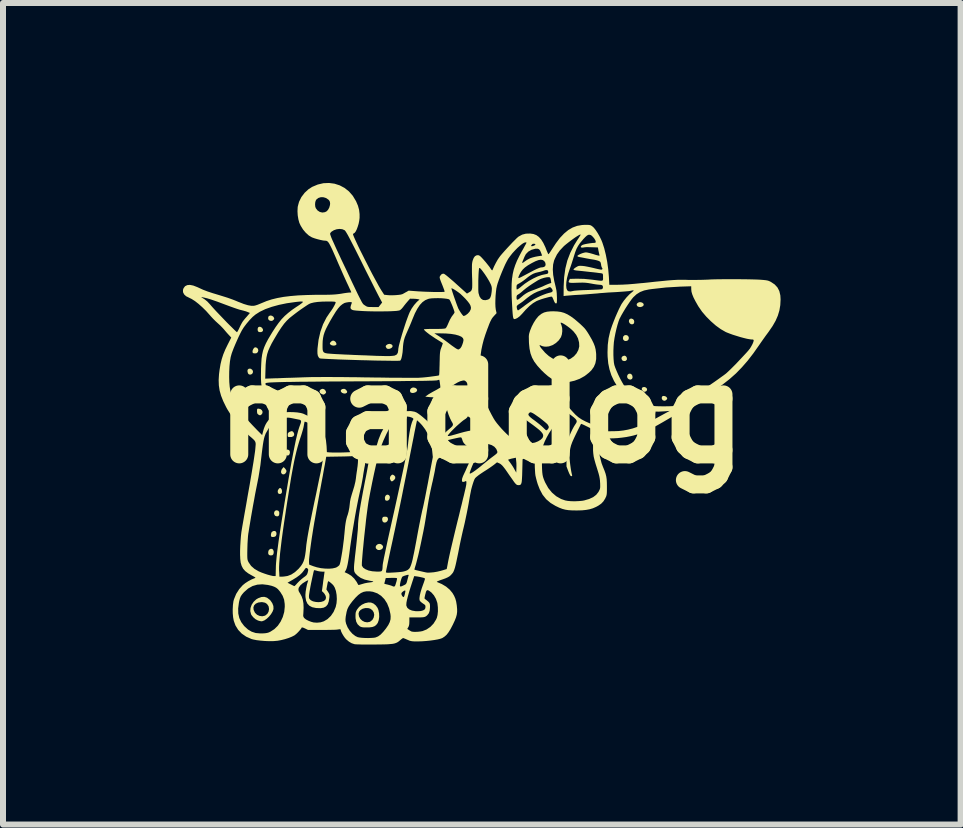
<source format=kicad_pcb>
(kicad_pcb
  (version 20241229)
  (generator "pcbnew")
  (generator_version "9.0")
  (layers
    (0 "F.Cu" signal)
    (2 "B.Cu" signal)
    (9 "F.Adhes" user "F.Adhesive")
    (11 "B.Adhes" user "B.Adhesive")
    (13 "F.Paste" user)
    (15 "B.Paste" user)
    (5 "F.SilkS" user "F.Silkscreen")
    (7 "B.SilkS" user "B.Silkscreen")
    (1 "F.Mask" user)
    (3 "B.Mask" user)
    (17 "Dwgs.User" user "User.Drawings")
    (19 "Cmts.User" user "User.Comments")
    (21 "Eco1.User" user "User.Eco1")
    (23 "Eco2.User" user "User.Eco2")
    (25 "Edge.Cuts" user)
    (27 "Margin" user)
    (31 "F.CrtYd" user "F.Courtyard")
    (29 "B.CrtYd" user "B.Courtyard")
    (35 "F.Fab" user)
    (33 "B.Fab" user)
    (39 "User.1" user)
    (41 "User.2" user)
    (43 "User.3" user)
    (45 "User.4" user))
  (footprint "maddog"
    (layer "F.Cu")
    (at 4.974 3.846)
    (property "Reference" "maddog" (at 0 0 0) (layer "F.SilkS") (effects (font (size 1.5 1.5) (thickness 0.3))))
    (attr board_only exclude_from_pos_files exclude_from_bom)
    (fp_poly (pts (xy -3.291 -0.411) (xy -3.278 -0.39) (xy -3.277 -0.382) (xy -3.279 -0.356) (xy -3.295 -0.34) (xy -3.32 -0.338) (xy -3.348 -0.346) (xy -3.364 -0.361) (xy -3.362 -0.379) (xy -3.342 -0.4) (xy -3.337 -0.403) (xy -3.312 -0.415)) (stroke (width 0) (type solid)) (fill yes) (layer "F.SilkS"))
    (fp_poly (pts (xy -3.272 0.914) (xy -3.251 0.943) (xy -3.25 0.97) (xy -3.266 0.996) (xy -3.288 1.011) (xy -3.31 1.011) (xy -3.324 1.004) (xy -3.337 0.987) (xy -3.339 0.961) (xy -3.33 0.932) (xy -3.318 0.915) (xy -3.296 0.89)) (stroke (width 0) (type solid)) (fill yes) (layer "F.SilkS"))
    (fp_poly (pts (xy 2.733 -0.441) (xy 2.754 -0.427) (xy 2.763 -0.406) (xy 2.757 -0.384) (xy 2.748 -0.375) (xy 2.725 -0.364) (xy 2.704 -0.369) (xy 2.688 -0.382) (xy 2.674 -0.405) (xy 2.676 -0.426) (xy 2.69 -0.441) (xy 2.714 -0.445)) (stroke (width 0) (type solid)) (fill yes) (layer "F.SilkS"))
    (fp_poly (pts (xy -3.343 1.243) (xy -3.33 1.26) (xy -3.323 1.287) (xy -3.325 1.313) (xy -3.331 1.326) (xy -3.352 1.339) (xy -3.375 1.336) (xy -3.385 1.329) (xy -3.395 1.306) (xy -3.392 1.278) (xy -3.378 1.255) (xy -3.363 1.24) (xy -3.349 1.24)) (stroke (width 0) (type solid)) (fill yes) (layer "F.SilkS"))
    (fp_poly (pts (xy -1.539 1.359) (xy -1.526 1.38) (xy -1.526 1.406) (xy -1.536 1.431) (xy -1.555 1.447) (xy -1.573 1.451) (xy -1.594 1.448) (xy -1.604 1.433) (xy -1.606 1.427) (xy -1.608 1.396) (xy -1.599 1.37) (xy -1.582 1.354) (xy -1.56 1.349)) (stroke (width 0) (type solid)) (fill yes) (layer "F.SilkS"))
    (fp_poly (pts (xy -1.304 0.408) (xy -1.291 0.428) (xy -1.288 0.454) (xy -1.293 0.472) (xy -1.305 0.487) (xy -1.326 0.491) (xy -1.351 0.487) (xy -1.365 0.476) (xy -1.367 0.456) (xy -1.362 0.433) (xy -1.349 0.413) (xy -1.332 0.401) (xy -1.324 0.4)) (stroke (width 0) (type solid)) (fill yes) (layer "F.SilkS"))
    (fp_poly (pts (xy 2.394 -0.966) (xy 2.412 -0.955) (xy 2.425 -0.933) (xy 2.427 -0.909) (xy 2.422 -0.895) (xy 2.404 -0.88) (xy 2.378 -0.877) (xy 2.354 -0.885) (xy 2.35 -0.889) (xy 2.336 -0.913) (xy 2.338 -0.937) (xy 2.352 -0.956) (xy 2.377 -0.966)) (stroke (width 0) (type solid)) (fill yes) (layer "F.SilkS"))
    (fp_poly (pts (xy 2.437 -1.303) (xy 2.454 -1.283) (xy 2.459 -1.261) (xy 2.451 -1.233) (xy 2.431 -1.215) (xy 2.402 -1.211) (xy 2.384 -1.216) (xy 2.367 -1.231) (xy 2.36 -1.256) (xy 2.364 -1.282) (xy 2.368 -1.29) (xy 2.388 -1.308) (xy 2.413 -1.311)) (stroke (width 0) (type solid)) (fill yes) (layer "F.SilkS"))
    (fp_poly (pts (xy 2.503 -0.656) (xy 2.517 -0.633) (xy 2.521 -0.606) (xy 2.513 -0.583) (xy 2.51 -0.579) (xy 2.488 -0.568) (xy 2.462 -0.572) (xy 2.443 -0.585) (xy 2.43 -0.609) (xy 2.431 -0.633) (xy 2.442 -0.654) (xy 2.46 -0.666) (xy 2.482 -0.667)) (stroke (width 0) (type solid)) (fill yes) (layer "F.SilkS"))
    (fp_poly (pts (xy -3.848 -0.75) (xy -3.838 -0.746) (xy -3.816 -0.728) (xy -3.807 -0.705) (xy -3.81 -0.681) (xy -3.824 -0.661) (xy -3.848 -0.652) (xy -3.853 -0.651) (xy -3.874 -0.655) (xy -3.888 -0.669) (xy -3.893 -0.681) (xy -3.9 -0.713) (xy -3.893 -0.737) (xy -3.875 -0.75)) (stroke (width 0) (type solid)) (fill yes) (layer "F.SilkS"))
    (fp_poly (pts (xy -3.817 -0.395) (xy -3.797 -0.38) (xy -3.787 -0.357) (xy -3.788 -0.333) (xy -3.799 -0.311) (xy -3.818 -0.299) (xy -3.828 -0.298) (xy -3.85 -0.304) (xy -3.865 -0.316) (xy -3.877 -0.339) (xy -3.877 -0.366) (xy -3.866 -0.389) (xy -3.859 -0.394) (xy -3.835 -0.399)) (stroke (width 0) (type solid)) (fill yes) (layer "F.SilkS"))
    (fp_poly (pts (xy -3.742 -1.099) (xy -3.724 -1.08) (xy -3.718 -1.053) (xy -3.726 -1.027) (xy -3.746 -1.009) (xy -3.771 -1.005) (xy -3.794 -1.007) (xy -3.808 -1.011) (xy -3.808 -1.011) (xy -3.815 -1.029) (xy -3.812 -1.055) (xy -3.801 -1.08) (xy -3.785 -1.1) (xy -3.769 -1.107)) (stroke (width 0) (type solid)) (fill yes) (layer "F.SilkS"))
    (fp_poly (pts (xy -3.673 -1.444) (xy -3.654 -1.428) (xy -3.641 -1.407) (xy -3.64 -1.385) (xy -3.647 -1.373) (xy -3.667 -1.361) (xy -3.693 -1.359) (xy -3.716 -1.366) (xy -3.72 -1.37) (xy -3.729 -1.39) (xy -3.729 -1.417) (xy -3.72 -1.439) (xy -3.716 -1.443) (xy -3.695 -1.45)) (stroke (width 0) (type solid)) (fill yes) (layer "F.SilkS"))
    (fp_poly (pts (xy -3.49 -1.632) (xy -3.467 -1.616) (xy -3.462 -1.608) (xy -3.453 -1.589) (xy -3.456 -1.575) (xy -3.465 -1.564) (xy -3.486 -1.548) (xy -3.51 -1.547) (xy -3.533 -1.554) (xy -3.549 -1.569) (xy -3.555 -1.592) (xy -3.55 -1.616) (xy -3.541 -1.628) (xy -3.517 -1.637)) (stroke (width 0) (type solid)) (fill yes) (layer "F.SilkS"))
    (fp_poly (pts (xy -3.487 2.254) (xy -3.47 2.27) (xy -3.461 2.3) (xy -3.461 2.307) (xy -3.466 2.34) (xy -3.481 2.358) (xy -3.508 2.363) (xy -3.53 2.359) (xy -3.543 2.352) (xy -3.553 2.331) (xy -3.553 2.304) (xy -3.545 2.278) (xy -3.537 2.267) (xy -3.511 2.252)) (stroke (width 0) (type solid)) (fill yes) (layer "F.SilkS"))
    (fp_poly (pts (xy -3.387 1.616) (xy -3.371 1.636) (xy -3.368 1.657) (xy -3.371 1.689) (xy -3.383 1.706) (xy -3.404 1.712) (xy -3.406 1.712) (xy -3.434 1.704) (xy -3.447 1.69) (xy -3.456 1.664) (xy -3.452 1.638) (xy -3.438 1.618) (xy -3.416 1.61) (xy -3.416 1.61)) (stroke (width 0) (type solid)) (fill yes) (layer "F.SilkS"))
    (fp_poly (pts (xy -3.216 0.603) (xy -3.198 0.615) (xy -3.192 0.636) (xy -3.191 0.645) (xy -3.197 0.675) (xy -3.213 0.694) (xy -3.234 0.698) (xy -3.257 0.686) (xy -3.26 0.683) (xy -3.274 0.659) (xy -3.269 0.631) (xy -3.258 0.613) (xy -3.243 0.599) (xy -3.228 0.598)) (stroke (width 0) (type solid)) (fill yes) (layer "F.SilkS"))
    (fp_poly (pts (xy -2.968 -0.403) (xy -2.963 -0.397) (xy -2.953 -0.371) (xy -2.951 -0.347) (xy -2.961 -0.326) (xy -2.98 -0.317) (xy -3.005 -0.32) (xy -3.029 -0.336) (xy -3.031 -0.337) (xy -3.049 -0.364) (xy -3.049 -0.386) (xy -3.031 -0.404) (xy -3.004 -0.414) (xy -2.983 -0.415)) (stroke (width 0) (type solid)) (fill yes) (layer "F.SilkS"))
    (fp_poly (pts (xy -2.26 -0.402) (xy -2.246 -0.385) (xy -2.236 -0.366) (xy -2.24 -0.353) (xy -2.242 -0.349) (xy -2.263 -0.337) (xy -2.291 -0.336) (xy -2.319 -0.346) (xy -2.324 -0.349) (xy -2.342 -0.369) (xy -2.343 -0.39) (xy -2.327 -0.406) (xy -2.32 -0.41) (xy -2.287 -0.415)) (stroke (width 0) (type solid)) (fill yes) (layer "F.SilkS"))
    (fp_poly (pts (xy -1.504 -1.158) (xy -1.485 -1.144) (xy -1.479 -1.124) (xy -1.488 -1.105) (xy -1.508 -1.09) (xy -1.534 -1.081) (xy -1.56 -1.08) (xy -1.579 -1.09) (xy -1.579 -1.091) (xy -1.593 -1.113) (xy -1.594 -1.129) (xy -1.582 -1.144) (xy -1.558 -1.159) (xy -1.53 -1.164)) (stroke (width 0) (type solid)) (fill yes) (layer "F.SilkS"))
    (fp_poly (pts (xy -1.501 -0.422) (xy -1.484 -0.405) (xy -1.479 -0.382) (xy -1.484 -0.353) (xy -1.501 -0.337) (xy -1.523 -0.329) (xy -1.549 -0.329) (xy -1.57 -0.342) (xy -1.571 -0.343) (xy -1.588 -0.365) (xy -1.588 -0.386) (xy -1.577 -0.407) (xy -1.555 -0.424) (xy -1.532 -0.428)) (stroke (width 0) (type solid)) (fill yes) (layer "F.SilkS"))
    (fp_poly (pts (xy -1.371 0.689) (xy -1.356 0.705) (xy -1.349 0.727) (xy -1.354 0.75) (xy -1.356 0.753) (xy -1.371 0.765) (xy -1.393 0.771) (xy -1.412 0.769) (xy -1.417 0.766) (xy -1.423 0.75) (xy -1.423 0.725) (xy -1.418 0.702) (xy -1.41 0.689) (xy -1.39 0.682)) (stroke (width 0) (type solid)) (fill yes) (layer "F.SilkS"))
    (fp_poly (pts (xy 2.527 -1.577) (xy 2.528 -1.577) (xy 2.544 -1.557) (xy 2.549 -1.53) (xy 2.543 -1.506) (xy 2.538 -1.5) (xy 2.516 -1.489) (xy 2.491 -1.493) (xy 2.47 -1.511) (xy 2.469 -1.512) (xy 2.459 -1.54) (xy 2.463 -1.564) (xy 2.478 -1.581) (xy 2.5 -1.586)) (stroke (width 0) (type solid)) (fill yes) (layer "F.SilkS"))
    (fp_poly (pts (xy 3.063 -0.292) (xy 3.085 -0.279) (xy 3.098 -0.259) (xy 3.098 -0.253) (xy 3.09 -0.236) (xy 3.072 -0.221) (xy 3.052 -0.215) (xy 3.033 -0.22) (xy 3.021 -0.227) (xy 3.008 -0.249) (xy 3.007 -0.267) (xy 3.013 -0.287) (xy 3.03 -0.295) (xy 3.036 -0.296)) (stroke (width 0) (type solid)) (fill yes) (layer "F.SilkS"))
    (fp_poly (pts (xy -3.683 -0.077) (xy -3.66 -0.06) (xy -3.648 -0.036) (xy -3.649 -0.01) (xy -3.664 0.013) (xy -3.683 0.026) (xy -3.7 0.025) (xy -3.72 0.013) (xy -3.734 -0.001) (xy -3.739 -0.024) (xy -3.74 -0.042) (xy -3.739 -0.068) (xy -3.735 -0.08) (xy -3.723 -0.084) (xy -3.714 -0.084)) (stroke (width 0) (type solid)) (fill yes) (layer "F.SilkS"))
    (fp_poly (pts (xy -3.44 1.956) (xy -3.426 1.965) (xy -3.416 1.986) (xy -3.416 2.013) (xy -3.425 2.037) (xy -3.429 2.042) (xy -3.448 2.052) (xy -3.473 2.056) (xy -3.494 2.054) (xy -3.501 2.05) (xy -3.508 2.033) (xy -3.507 2.008) (xy -3.5 1.983) (xy -3.491 1.969) (xy -3.466 1.956)) (stroke (width 0) (type solid)) (fill yes) (layer "F.SilkS"))
    (fp_poly (pts (xy -3.142 0.297) (xy -3.126 0.32) (xy -3.122 0.329) (xy -3.12 0.356) (xy -3.134 0.376) (xy -3.161 0.388) (xy -3.188 0.389) (xy -3.213 0.388) (xy -3.225 0.382) (xy -3.228 0.368) (xy -3.228 0.354) (xy -3.226 0.329) (xy -3.215 0.314) (xy -3.196 0.302) (xy -3.165 0.291)) (stroke (width 0) (type solid)) (fill yes) (layer "F.SilkS"))
    (fp_poly (pts (xy -2.619 -0.407) (xy -2.598 -0.384) (xy -2.594 -0.376) (xy -2.588 -0.357) (xy -2.594 -0.343) (xy -2.604 -0.334) (xy -2.621 -0.321) (xy -2.634 -0.318) (xy -2.653 -0.324) (xy -2.661 -0.327) (xy -2.687 -0.344) (xy -2.698 -0.366) (xy -2.692 -0.389) (xy -2.675 -0.406) (xy -2.646 -0.415)) (stroke (width 0) (type solid)) (fill yes) (layer "F.SilkS"))
    (fp_poly (pts (xy -2.449 -1.212) (xy -2.43 -1.196) (xy -2.418 -1.175) (xy -2.416 -1.154) (xy -2.422 -1.146) (xy -2.441 -1.137) (xy -2.47 -1.135) (xy -2.497 -1.141) (xy -2.515 -1.152) (xy -2.525 -1.165) (xy -2.524 -1.177) (xy -2.512 -1.194) (xy -2.492 -1.212) (xy -2.471 -1.219) (xy -2.471 -1.219)) (stroke (width 0) (type solid)) (fill yes) (layer "F.SilkS"))
    (fp_poly (pts (xy -1.899 -0.438) (xy -1.879 -0.418) (xy -1.87 -0.392) (xy -1.87 -0.391) (xy -1.872 -0.373) (xy -1.883 -0.365) (xy -1.903 -0.361) (xy -1.932 -0.362) (xy -1.954 -0.37) (xy -1.969 -0.386) (xy -1.972 -0.399) (xy -1.965 -0.42) (xy -1.947 -0.438) (xy -1.926 -0.447) (xy -1.925 -0.447)) (stroke (width 0) (type solid)) (fill yes) (layer "F.SilkS"))
    (fp_poly (pts (xy -1.676 2.174) (xy -1.652 2.19) (xy -1.639 2.213) (xy -1.638 2.222) (xy -1.646 2.245) (xy -1.667 2.263) (xy -1.695 2.273) (xy -1.723 2.272) (xy -1.728 2.27) (xy -1.748 2.255) (xy -1.759 2.242) (xy -1.762 2.218) (xy -1.751 2.195) (xy -1.729 2.177) (xy -1.705 2.17)) (stroke (width 0) (type solid)) (fill yes) (layer "F.SilkS"))
    (fp_poly (pts (xy -1.58 1.719) (xy -1.567 1.727) (xy -1.559 1.741) (xy -1.557 1.769) (xy -1.567 1.791) (xy -1.585 1.808) (xy -1.607 1.815) (xy -1.629 1.812) (xy -1.646 1.795) (xy -1.649 1.791) (xy -1.654 1.758) (xy -1.651 1.742) (xy -1.642 1.725) (xy -1.627 1.718) (xy -1.605 1.717)) (stroke (width 0) (type solid)) (fill yes) (layer "F.SilkS"))
    (fp_poly (pts (xy -1.455 1.028) (xy -1.453 1.029) (xy -1.436 1.05) (xy -1.435 1.076) (xy -1.451 1.101) (xy -1.454 1.104) (xy -1.477 1.123) (xy -1.492 1.129) (xy -1.504 1.123) (xy -1.511 1.115) (xy -1.525 1.083) (xy -1.52 1.052) (xy -1.507 1.033) (xy -1.49 1.018) (xy -1.475 1.016)) (stroke (width 0) (type solid)) (fill yes) (layer "F.SilkS"))
    (fp_poly (pts (xy -1.103 -0.431) (xy -1.081 -0.416) (xy -1.07 -0.396) (xy -1.07 -0.392) (xy -1.078 -0.372) (xy -1.099 -0.356) (xy -1.126 -0.347) (xy -1.154 -0.345) (xy -1.177 -0.353) (xy -1.18 -0.355) (xy -1.19 -0.377) (xy -1.187 -0.401) (xy -1.172 -0.422) (xy -1.148 -0.435) (xy -1.131 -0.437)) (stroke (width 0) (type solid)) (fill yes) (layer "F.SilkS"))
    (fp_poly (pts (xy 2.682 -1.851) (xy 2.701 -1.835) (xy 2.707 -1.817) (xy 2.699 -1.798) (xy 2.678 -1.784) (xy 2.65 -1.777) (xy 2.647 -1.777) (xy 2.621 -1.781) (xy 2.601 -1.791) (xy 2.601 -1.792) (xy 2.588 -1.813) (xy 2.593 -1.833) (xy 2.604 -1.845) (xy 2.628 -1.858) (xy 2.656 -1.859)) (stroke (width 0) (type solid)) (fill yes) (layer "F.SilkS"))
    (fp_poly (pts (xy -3.573 3.067) (xy -3.53 3.1) (xy -3.514 3.116) (xy -3.485 3.159) (xy -3.467 3.206) (xy -3.465 3.251) (xy -3.466 3.26) (xy -3.481 3.3) (xy -3.507 3.343) (xy -3.54 3.383) (xy -3.577 3.418) (xy -3.615 3.445) (xy -3.651 3.459) (xy -3.666 3.461) (xy -3.69 3.457) (xy -3.719 3.449) (xy -3.725 3.447) (xy -3.765 3.426) (xy -3.802 3.394) (xy -3.831 3.358) (xy -3.839 3.343) (xy -3.852 3.291) (xy -3.848 3.238) (xy -3.845 3.23) (xy -3.8 3.23) (xy -3.796 3.271) (xy -3.775 3.316) (xy -3.772 3.32) (xy -3.739 3.352) (xy -3.697 3.371) (xy -3.652 3.377) (xy -3.608 3.367) (xy -3.602 3.364) (xy -3.568 3.337) (xy -3.547 3.3) (xy -3.539 3.257) (xy -3.546 3.214) (xy -3.549 3.207) (xy -3.573 3.172) (xy -3.605 3.151) (xy -3.648 3.142) (xy -3.667 3.141) (xy -3.72 3.148) (xy -3.761 3.167) (xy -3.788 3.195) (xy -3.8 3.23) (xy -3.845 3.23) (xy -3.829 3.185) (xy -3.797 3.137) (xy -3.754 3.096) (xy -3.72 3.076) (xy -3.666 3.056) (xy -3.618 3.053)) (stroke (width 0) (type solid)) (fill yes) (layer "F.SilkS"))
    (fp_poly (pts (xy -1.84 3.148) (xy -1.798 3.165) (xy -1.76 3.196) (xy -1.73 3.237) (xy -1.716 3.272) (xy -1.705 3.329) (xy -1.703 3.388) (xy -1.711 3.442) (xy -1.727 3.487) (xy -1.732 3.495) (xy -1.755 3.524) (xy -1.783 3.544) (xy -1.818 3.556) (xy -1.865 3.562) (xy -1.91 3.563) (xy -1.953 3.563) (xy -1.983 3.56) (xy -2.004 3.555) (xy -2.022 3.547) (xy -2.028 3.543) (xy -2.063 3.51) (xy -2.086 3.467) (xy -2.097 3.411) (xy -2.098 3.377) (xy -2.097 3.337) (xy -2.097 3.336) (xy -2.047 3.336) (xy -2.039 3.381) (xy -2.017 3.421) (xy -1.985 3.451) (xy -1.946 3.471) (xy -1.903 3.478) (xy -1.86 3.47) (xy -1.851 3.465) (xy -1.817 3.438) (xy -1.795 3.399) (xy -1.786 3.354) (xy -1.786 3.352) (xy -1.795 3.31) (xy -1.818 3.275) (xy -1.853 3.25) (xy -1.884 3.241) (xy -1.934 3.24) (xy -1.978 3.251) (xy -2.014 3.272) (xy -2.038 3.3) (xy -2.047 3.334) (xy -2.047 3.336) (xy -2.097 3.336) (xy -2.093 3.309) (xy -2.083 3.284) (xy -2.072 3.264) (xy -2.037 3.22) (xy -1.992 3.184) (xy -1.939 3.159) (xy -1.885 3.147)) (stroke (width 0) (type solid)) (fill yes) (layer "F.SilkS"))
    (fp_poly (pts (xy 1.266 -1.704) (xy 1.325 -1.696) (xy 1.379 -1.681) (xy 1.433 -1.657) (xy 1.488 -1.624) (xy 1.549 -1.58) (xy 1.616 -1.523) (xy 1.647 -1.496) (xy 1.686 -1.459) (xy 1.717 -1.428) (xy 1.743 -1.396) (xy 1.769 -1.358) (xy 1.799 -1.31) (xy 1.802 -1.304) (xy 1.842 -1.235) (xy 1.871 -1.176) (xy 1.892 -1.122) (xy 1.905 -1.07) (xy 1.912 -1.015) (xy 1.914 -0.991) (xy 1.914 -0.91) (xy 1.901 -0.841) (xy 1.875 -0.78) (xy 1.834 -0.723) (xy 1.793 -0.683) (xy 1.721 -0.627) (xy 1.64 -0.582) (xy 1.554 -0.55) (xy 1.467 -0.53) (xy 1.382 -0.525) (xy 1.324 -0.531) (xy 1.264 -0.544) (xy 1.21 -0.563) (xy 1.159 -0.59) (xy 1.108 -0.627) (xy 1.053 -0.675) (xy 0.998 -0.728) (xy 0.933 -0.8) (xy 0.882 -0.868) (xy 0.845 -0.935) (xy 0.819 -1.006) (xy 0.803 -1.084) (xy 0.797 -1.142) (xy 0.97 -1.142) (xy 0.973 -1.129) (xy 0.989 -1.103) (xy 0.998 -1.091) (xy 1.061 -1.018) (xy 1.123 -0.962) (xy 1.186 -0.921) (xy 1.254 -0.893) (xy 1.268 -0.889) (xy 1.317 -0.878) (xy 1.358 -0.876) (xy 1.4 -0.883) (xy 1.424 -0.89) (xy 1.489 -0.917) (xy 1.544 -0.957) (xy 1.587 -1.006) (xy 1.617 -1.062) (xy 1.632 -1.122) (xy 1.629 -1.185) (xy 1.629 -1.186) (xy 1.611 -1.255) (xy 1.581 -1.314) (xy 1.537 -1.37) (xy 1.534 -1.373) (xy 1.505 -1.401) (xy 1.471 -1.43) (xy 1.435 -1.457) (xy 1.399 -1.482) (xy 1.368 -1.501) (xy 1.342 -1.514) (xy 1.326 -1.518) (xy 1.321 -1.513) (xy 1.324 -1.503) (xy 1.332 -1.483) (xy 1.335 -1.476) (xy 1.347 -1.429) (xy 1.349 -1.375) (xy 1.342 -1.321) (xy 1.327 -1.276) (xy 1.291 -1.223) (xy 1.243 -1.178) (xy 1.187 -1.143) (xy 1.127 -1.122) (xy 1.079 -1.117) (xy 1.046 -1.119) (xy 1.016 -1.126) (xy 1.005 -1.13) (xy 0.981 -1.142) (xy 0.97 -1.142) (xy 0.797 -1.142) (xy 0.794 -1.174) (xy 0.793 -1.196) (xy 0.792 -1.247) (xy 0.791 -1.284) (xy 0.793 -1.313) (xy 0.798 -1.338) (xy 0.806 -1.365) (xy 0.812 -1.384) (xy 0.839 -1.451) (xy 0.872 -1.515) (xy 0.909 -1.573) (xy 0.946 -1.619) (xy 0.961 -1.633) (xy 1.002 -1.665) (xy 1.045 -1.687) (xy 1.095 -1.7) (xy 1.155 -1.706) (xy 1.2 -1.707)) (stroke (width 0) (type solid)) (fill yes) (layer "F.SilkS"))
    (fp_poly (pts (xy -2.448 -3.834) (xy -2.361 -3.806) (xy -2.28 -3.763) (xy -2.207 -3.705) (xy -2.144 -3.633) (xy -2.092 -3.547) (xy -2.089 -3.542) (xy -2.057 -3.467) (xy -2.038 -3.397) (xy -2.03 -3.327) (xy -2.03 -3.264) (xy -2.036 -3.216) (xy -2.046 -3.166) (xy -2.061 -3.117) (xy -2.077 -3.073) (xy -2.095 -3.037) (xy -2.112 -3.015) (xy -2.119 -3.01) (xy -2.135 -3.001) (xy -2.14 -2.994) (xy -2.136 -2.978) (xy -2.124 -2.947) (xy -2.105 -2.904) (xy -2.08 -2.85) (xy -2.05 -2.786) (xy -2.016 -2.716) (xy -1.978 -2.641) (xy -1.939 -2.563) (xy -1.898 -2.483) (xy -1.858 -2.404) (xy -1.818 -2.327) (xy -1.779 -2.255) (xy -1.743 -2.189) (xy -1.711 -2.13) (xy -1.683 -2.082) (xy -1.661 -2.046) (xy -1.66 -2.045) (xy -1.62 -1.983) (xy -1.567 -1.977) (xy -1.527 -1.974) (xy -1.48 -1.974) (xy -1.43 -1.976) (xy -1.384 -1.98) (xy -1.344 -1.985) (xy -1.317 -1.993) (xy -1.313 -1.994) (xy -1.29 -2.007) (xy -1.26 -2.024) (xy -1.25 -2.029) (xy -1.212 -2.051) (xy -1.05 -2.039) (xy -0.993 -2.036) (xy -0.932 -2.033) (xy -0.869 -2.031) (xy -0.806 -2.029) (xy -0.748 -2.028) (xy -0.697 -2.028) (xy -0.655 -2.029) (xy -0.626 -2.03) (xy -0.613 -2.033) (xy -0.612 -2.033) (xy -0.614 -2.043) (xy -0.621 -2.067) (xy -0.63 -2.09) (xy -0.499 -2.09) (xy -0.498 -2.081) (xy -0.491 -2.057) (xy -0.48 -2.022) (xy -0.466 -1.979) (xy -0.45 -1.933) (xy -0.433 -1.885) (xy -0.417 -1.839) (xy -0.402 -1.799) (xy -0.39 -1.768) (xy -0.382 -1.749) (xy -0.363 -1.716) (xy -0.343 -1.684) (xy -0.323 -1.656) (xy -0.306 -1.636) (xy -0.296 -1.628) (xy -0.296 -1.628) (xy -0.282 -1.632) (xy -0.262 -1.641) (xy -0.227 -1.667) (xy -0.196 -1.701) (xy -0.178 -1.737) (xy -0.177 -1.74) (xy -0.173 -1.766) (xy -0.179 -1.793) (xy -0.185 -1.81) (xy -0.202 -1.839) (xy -0.231 -1.876) (xy -0.267 -1.917) (xy -0.308 -1.958) (xy -0.349 -1.997) (xy -0.377 -2.019) (xy -0.408 -2.041) (xy -0.439 -2.062) (xy -0.468 -2.079) (xy -0.489 -2.089) (xy -0.499 -2.09) (xy -0.63 -2.09) (xy -0.634 -2.101) (xy -0.65 -2.143) (xy -0.655 -2.155) (xy -0.674 -2.202) (xy -0.686 -2.235) (xy -0.693 -2.258) (xy -0.695 -2.274) (xy -0.693 -2.285) (xy -0.688 -2.295) (xy -0.666 -2.323) (xy -0.641 -2.334) (xy -0.622 -2.332) (xy -0.61 -2.324) (xy -0.585 -2.306) (xy -0.551 -2.278) (xy -0.51 -2.243) (xy -0.463 -2.203) (xy -0.42 -2.164) (xy -0.24 -2.002) (xy -0.208 -2.021) (xy -0.189 -2.032) (xy -0.175 -2.043) (xy -0.165 -2.056) (xy -0.158 -2.074) (xy -0.153 -2.099) (xy -0.153 -2.106) (xy -0.051 -2.106) (xy -0.051 -2.061) (xy -0.049 -2.026) (xy -0.047 -2.01) (xy -0.031 -1.956) (xy -0.006 -1.918) (xy 0.027 -1.896) (xy 0.068 -1.892) (xy 0.111 -1.902) (xy 0.134 -1.915) (xy 0.151 -1.939) (xy 0.163 -1.976) (xy 0.171 -2.027) (xy 0.173 -2.046) (xy 0.175 -2.084) (xy 0.172 -2.113) (xy 0.163 -2.143) (xy 0.155 -2.161) (xy 0.13 -2.21) (xy 0.096 -2.267) (xy 0.058 -2.325) (xy 0.02 -2.377) (xy 0.006 -2.395) (xy -0.014 -2.418) (xy -0.027 -2.429) (xy -0.034 -2.429) (xy -0.038 -2.422) (xy -0.041 -2.404) (xy -0.044 -2.37) (xy -0.047 -2.325) (xy -0.049 -2.272) (xy -0.051 -2.216) (xy -0.051 -2.159) (xy -0.051 -2.106) (xy -0.153 -2.106) (xy -0.152 -2.133) (xy -0.152 -2.179) (xy -0.153 -2.24) (xy -0.155 -2.289) (xy -0.157 -2.36) (xy -0.157 -2.415) (xy -0.157 -2.457) (xy -0.156 -2.49) (xy -0.153 -2.515) (xy -0.149 -2.536) (xy -0.146 -2.549) (xy -0.128 -2.596) (xy -0.106 -2.626) (xy -0.079 -2.64) (xy -0.061 -2.642) (xy -0.046 -2.641) (xy -0.032 -2.635) (xy -0.015 -2.622) (xy 0.007 -2.6) (xy 0.038 -2.566) (xy 0.042 -2.561) (xy 0.075 -2.523) (xy 0.107 -2.483) (xy 0.134 -2.449) (xy 0.147 -2.43) (xy 0.165 -2.403) (xy 0.176 -2.391) (xy 0.183 -2.39) (xy 0.188 -2.399) (xy 0.189 -2.402) (xy 0.213 -2.457) (xy 0.243 -2.516) (xy 0.274 -2.571) (xy 0.301 -2.61) (xy 0.323 -2.639) (xy 0.355 -2.676) (xy 0.393 -2.719) (xy 0.435 -2.765) (xy 0.478 -2.811) (xy 0.52 -2.856) (xy 0.559 -2.895) (xy 0.591 -2.927) (xy 0.615 -2.948) (xy 0.622 -2.953) (xy 0.681 -2.985) (xy 0.743 -3.001) (xy 0.815 -3.003) (xy 0.869 -2.995) (xy 0.916 -2.977) (xy 0.958 -2.947) (xy 0.996 -2.905) (xy 1.032 -2.848) (xy 1.067 -2.775) (xy 1.088 -2.721) (xy 1.101 -2.691) (xy 1.111 -2.668) (xy 1.116 -2.658) (xy 1.123 -2.663) (xy 1.137 -2.68) (xy 1.156 -2.708) (xy 1.172 -2.733) (xy 1.242 -2.84) (xy 1.31 -2.93) (xy 1.379 -3.003) (xy 1.449 -3.061) (xy 1.521 -3.103) (xy 1.597 -3.131) (xy 1.678 -3.145) (xy 1.726 -3.148) (xy 1.768 -3.148) (xy 1.796 -3.146) (xy 1.817 -3.142) (xy 1.835 -3.133) (xy 1.847 -3.125) (xy 1.875 -3.1) (xy 1.906 -3.061) (xy 1.939 -3.011) (xy 1.971 -2.955) (xy 2 -2.895) (xy 2.017 -2.853) (xy 2.048 -2.758) (xy 2.075 -2.649) (xy 2.098 -2.53) (xy 2.115 -2.406) (xy 2.126 -2.281) (xy 2.127 -2.262) (xy 2.133 -2.149) (xy 2.275 -2.149) (xy 2.352 -2.151) (xy 2.446 -2.156) (xy 2.554 -2.165) (xy 2.677 -2.177) (xy 2.685 -2.177) (xy 2.8 -2.189) (xy 2.897 -2.2) (xy 2.981 -2.208) (xy 3.051 -2.215) (xy 3.111 -2.221) (xy 3.161 -2.225) (xy 3.205 -2.228) (xy 3.244 -2.23) (xy 3.28 -2.232) (xy 3.314 -2.232) (xy 3.35 -2.232) (xy 3.387 -2.232) (xy 3.43 -2.231) (xy 3.442 -2.23) (xy 3.513 -2.23) (xy 3.589 -2.23) (xy 3.663 -2.231) (xy 3.73 -2.233) (xy 3.782 -2.235) (xy 3.835 -2.238) (xy 3.903 -2.24) (xy 3.983 -2.241) (xy 4.072 -2.242) (xy 4.166 -2.242) (xy 4.262 -2.242) (xy 4.356 -2.241) (xy 4.446 -2.24) (xy 4.528 -2.238) (xy 4.598 -2.236) (xy 4.653 -2.233) (xy 4.654 -2.233) (xy 4.704 -2.229) (xy 4.741 -2.225) (xy 4.769 -2.22) (xy 4.792 -2.213) (xy 4.816 -2.202) (xy 4.829 -2.195) (xy 4.89 -2.154) (xy 4.936 -2.104) (xy 4.967 -2.044) (xy 4.984 -1.972) (xy 4.988 -1.904) (xy 4.983 -1.809) (xy 4.968 -1.72) (xy 4.942 -1.634) (xy 4.905 -1.549) (xy 4.854 -1.46) (xy 4.788 -1.364) (xy 4.777 -1.349) (xy 4.74 -1.299) (xy 4.7 -1.243) (xy 4.662 -1.189) (xy 4.631 -1.144) (xy 4.534 -1.006) (xy 4.439 -0.883) (xy 4.343 -0.773) (xy 4.244 -0.671) (xy 4.138 -0.577) (xy 4.022 -0.486) (xy 3.912 -0.407) (xy 3.816 -0.343) (xy 3.703 -0.27) (xy 3.575 -0.189) (xy 3.43 -0.1) (xy 3.269 -0.003) (xy 3.233 0.019) (xy 3.123 0.084) (xy 3.027 0.14) (xy 2.943 0.188) (xy 2.869 0.228) (xy 2.804 0.262) (xy 2.744 0.29) (xy 2.69 0.314) (xy 2.638 0.333) (xy 2.587 0.349) (xy 2.535 0.364) (xy 2.483 0.376) (xy 2.416 0.389) (xy 2.343 0.399) (xy 2.268 0.407) (xy 2.197 0.411) (xy 2.134 0.412) (xy 2.089 0.409) (xy 2.057 0.407) (xy 2.033 0.408) (xy 2.023 0.41) (xy 2.014 0.422) (xy 2 0.446) (xy 1.986 0.472) (xy 1.97 0.508) (xy 1.962 0.538) (xy 1.96 0.575) (xy 1.961 0.586) (xy 1.974 0.707) (xy 2.004 0.825) (xy 2.027 0.886) (xy 2.052 0.947) (xy 2.07 0.998) (xy 2.082 1.045) (xy 2.089 1.093) (xy 2.092 1.149) (xy 2.093 1.217) (xy 2.093 1.219) (xy 2.093 1.273) (xy 2.092 1.311) (xy 2.09 1.34) (xy 2.086 1.361) (xy 2.08 1.381) (xy 2.07 1.401) (xy 2.065 1.413) (xy 2.035 1.461) (xy 1.998 1.5) (xy 1.949 1.534) (xy 1.912 1.554) (xy 1.859 1.577) (xy 1.805 1.593) (xy 1.746 1.604) (xy 1.678 1.611) (xy 1.595 1.613) (xy 1.586 1.613) (xy 1.512 1.612) (xy 1.452 1.608) (xy 1.399 1.6) (xy 1.35 1.587) (xy 1.298 1.567) (xy 1.24 1.539) (xy 1.239 1.539) (xy 1.154 1.488) (xy 1.081 1.426) (xy 1.021 1.351) (xy 0.973 1.261) (xy 0.94 1.176) (xy 0.926 1.13) (xy 0.913 1.08) (xy 0.903 1.037) (xy 0.901 1.027) (xy 0.897 0.993) (xy 0.894 0.946) (xy 0.891 0.891) (xy 0.89 0.833) (xy 0.889 0.786) (xy 1.01 0.786) (xy 1.01 0.863) (xy 1.012 0.925) (xy 1.015 0.975) (xy 1.02 1.017) (xy 1.028 1.054) (xy 1.04 1.09) (xy 1.055 1.127) (xy 1.065 1.149) (xy 1.115 1.239) (xy 1.177 1.315) (xy 1.248 1.376) (xy 1.329 1.422) (xy 1.398 1.446) (xy 1.442 1.454) (xy 1.498 1.459) (xy 1.561 1.46) (xy 1.624 1.457) (xy 1.681 1.452) (xy 1.714 1.446) (xy 1.797 1.422) (xy 1.864 1.391) (xy 1.915 1.352) (xy 1.952 1.305) (xy 1.959 1.291) (xy 1.971 1.268) (xy 1.978 1.247) (xy 1.981 1.224) (xy 1.981 1.194) (xy 1.98 1.151) (xy 1.979 1.149) (xy 1.977 1.11) (xy 1.972 1.074) (xy 1.965 1.038) (xy 1.954 0.996) (xy 1.938 0.944) (xy 1.928 0.911) (xy 1.904 0.835) (xy 1.886 0.771) (xy 1.873 0.717) (xy 1.866 0.666) (xy 1.862 0.616) (xy 1.862 0.562) (xy 1.862 0.537) (xy 1.864 0.489) (xy 1.868 0.454) (xy 1.873 0.426) (xy 1.882 0.4) (xy 1.895 0.37) (xy 1.896 0.37) (xy 1.925 0.306) (xy 1.874 0.273) (xy 1.85 0.259) (xy 1.818 0.242) (xy 1.781 0.223) (xy 1.744 0.205) (xy 1.71 0.188) (xy 1.682 0.176) (xy 1.665 0.17) (xy 1.662 0.17) (xy 1.657 0.178) (xy 1.646 0.201) (xy 1.629 0.235) (xy 1.607 0.279) (xy 1.583 0.328) (xy 1.579 0.336) (xy 1.543 0.411) (xy 1.515 0.474) (xy 1.495 0.529) (xy 1.482 0.58) (xy 1.474 0.63) (xy 1.471 0.684) (xy 1.47 0.72) (xy 1.472 0.758) (xy 1.476 0.807) (xy 1.483 0.863) (xy 1.491 0.919) (xy 1.5 0.97) (xy 1.509 1.011) (xy 1.513 1.026) (xy 1.512 1.039) (xy 1.5 1.042) (xy 1.489 1.038) (xy 1.479 1.024) (xy 1.465 0.997) (xy 1.45 0.961) (xy 1.419 0.879) (xy 1.419 0.698) (xy 1.42 0.628) (xy 1.421 0.573) (xy 1.424 0.53) (xy 1.428 0.496) (xy 1.433 0.467) (xy 1.436 0.456) (xy 1.449 0.416) (xy 1.469 0.368) (xy 1.492 0.315) (xy 1.517 0.263) (xy 1.541 0.218) (xy 1.562 0.184) (xy 1.567 0.177) (xy 1.583 0.152) (xy 1.59 0.131) (xy 1.586 0.11) (xy 1.57 0.088) (xy 1.541 0.061) (xy 1.497 0.027) (xy 1.494 0.025) (xy 1.449 -0.009) (xy 1.415 0.017) (xy 1.386 0.039) (xy 1.355 0.059) (xy 1.349 0.063) (xy 1.309 0.093) (xy 1.265 0.138) (xy 1.219 0.193) (xy 1.173 0.257) (xy 1.129 0.324) (xy 1.09 0.394) (xy 1.057 0.461) (xy 1.035 0.516) (xy 1.027 0.542) (xy 1.02 0.565) (xy 1.016 0.588) (xy 1.013 0.615) (xy 1.011 0.648) (xy 1.01 0.692) (xy 1.01 0.75) (xy 1.01 0.786) (xy 0.889 0.786) (xy 0.889 0.774) (xy 0.89 0.72) (xy 0.892 0.676) (xy 0.895 0.644) (xy 0.896 0.64) (xy 0.903 0.605) (xy 0.865 0.605) (xy 0.836 0.608) (xy 0.815 0.62) (xy 0.801 0.634) (xy 0.782 0.656) (xy 0.756 0.685) (xy 0.732 0.712) (xy 0.687 0.762) (xy 0.682 0.956) (xy 0.68 1.028) (xy 0.677 1.084) (xy 0.674 1.125) (xy 0.669 1.154) (xy 0.661 1.174) (xy 0.651 1.185) (xy 0.638 1.19) (xy 0.621 1.191) (xy 0.62 1.191) (xy 0.606 1.19) (xy 0.594 1.187) (xy 0.581 1.178) (xy 0.566 1.163) (xy 0.547 1.14) (xy 0.523 1.105) (xy 0.49 1.058) (xy 0.472 1.033) (xy 0.431 0.973) (xy 0.399 0.927) (xy 0.372 0.892) (xy 0.351 0.867) (xy 0.333 0.85) (xy 0.317 0.837) (xy 0.3 0.828) (xy 0.298 0.827) (xy 0.261 0.811) (xy 0.212 0.85) (xy 0.181 0.873) (xy 0.141 0.901) (xy 0.099 0.929) (xy 0.084 0.939) (xy 0.041 0.966) (xy -0.004 0.996) (xy -0.043 1.023) (xy -0.053 1.031) (xy -0.083 1.055) (xy -0.103 1.074) (xy -0.116 1.096) (xy -0.128 1.127) (xy -0.134 1.144) (xy -0.145 1.178) (xy -0.154 1.208) (xy -0.162 1.237) (xy -0.17 1.268) (xy -0.177 1.304) (xy -0.186 1.348) (xy -0.196 1.404) (xy -0.208 1.474) (xy -0.213 1.503) (xy -0.227 1.577) (xy -0.243 1.658) (xy -0.26 1.739) (xy -0.276 1.815) (xy -0.291 1.879) (xy -0.292 1.884) (xy -0.309 1.954) (xy -0.327 2.034) (xy -0.345 2.116) (xy -0.361 2.193) (xy -0.367 2.224) (xy -0.386 2.321) (xy -0.403 2.402) (xy -0.417 2.469) (xy -0.429 2.522) (xy -0.44 2.565) (xy -0.451 2.599) (xy -0.461 2.625) (xy -0.472 2.647) (xy -0.485 2.664) (xy -0.499 2.68) (xy -0.511 2.693) (xy -0.532 2.711) (xy -0.559 2.727) (xy -0.594 2.743) (xy -0.643 2.761) (xy -0.652 2.764) (xy -0.698 2.78) (xy -0.728 2.792) (xy -0.741 2.8) (xy -0.741 2.805) (xy -0.739 2.806) (xy -0.659 2.84) (xy -0.587 2.883) (xy -0.527 2.934) (xy -0.482 2.988) (xy -0.454 3.036) (xy -0.434 3.082) (xy -0.42 3.132) (xy -0.41 3.194) (xy -0.409 3.203) (xy -0.404 3.258) (xy -0.404 3.305) (xy -0.41 3.35) (xy -0.423 3.397) (xy -0.444 3.45) (xy -0.474 3.514) (xy -0.478 3.522) (xy -0.514 3.591) (xy -0.548 3.645) (xy -0.58 3.686) (xy -0.614 3.716) (xy -0.651 3.74) (xy -0.653 3.741) (xy -0.684 3.752) (xy -0.729 3.763) (xy -0.786 3.773) (xy -0.85 3.782) (xy -0.919 3.789) (xy -0.989 3.794) (xy -1.055 3.796) (xy -1.063 3.796) (xy -1.111 3.796) (xy -1.146 3.794) (xy -1.173 3.79) (xy -1.197 3.784) (xy -1.222 3.773) (xy -1.234 3.768) (xy -1.266 3.754) (xy -1.291 3.744) (xy -1.304 3.74) (xy -1.305 3.74) (xy -1.316 3.746) (xy -1.336 3.761) (xy -1.355 3.777) (xy -1.376 3.795) (xy -1.396 3.809) (xy -1.418 3.82) (xy -1.443 3.829) (xy -1.475 3.836) (xy -1.514 3.84) (xy -1.563 3.844) (xy -1.624 3.846) (xy -1.7 3.847) (xy -1.786 3.848) (xy -1.86 3.848) (xy -1.929 3.848) (xy -1.991 3.848) (xy -2.044 3.846) (xy -2.084 3.845) (xy -2.109 3.843) (xy -2.115 3.842) (xy -2.163 3.826) (xy -2.207 3.8) (xy -2.249 3.765) (xy -2.273 3.739) (xy -2.297 3.705) (xy -2.319 3.668) (xy -2.336 3.634) (xy -2.344 3.607) (xy -2.345 3.602) (xy -2.348 3.595) (xy -2.363 3.593) (xy -2.389 3.597) (xy -2.411 3.6) (xy -2.448 3.602) (xy -2.497 3.603) (xy -2.555 3.604) (xy -2.619 3.605) (xy -2.661 3.605) (xy -2.889 3.605) (xy -2.94 3.58) (xy -2.967 3.568) (xy -2.987 3.563) (xy -2.994 3.564) (xy -3.006 3.585) (xy -3.028 3.612) (xy -3.056 3.643) (xy -3.085 3.671) (xy -3.111 3.692) (xy -3.115 3.695) (xy -3.158 3.717) (xy -3.213 3.739) (xy -3.276 3.759) (xy -3.341 3.775) (xy -3.402 3.786) (xy -3.406 3.786) (xy -3.466 3.791) (xy -3.535 3.792) (xy -3.608 3.789) (xy -3.68 3.783) (xy -3.747 3.775) (xy -3.803 3.764) (xy -3.832 3.756) (xy -3.92 3.717) (xy -3.994 3.666) (xy -4.054 3.603) (xy -4.099 3.53) (xy -4.127 3.452) (xy -4.138 3.395) (xy -4.144 3.328) (xy -4.145 3.258) (xy -4.144 3.247) (xy -4.054 3.247) (xy -4.052 3.331) (xy -4.035 3.406) (xy -4.003 3.474) (xy -3.955 3.538) (xy -3.947 3.546) (xy -3.89 3.598) (xy -3.829 3.634) (xy -3.762 3.656) (xy -3.684 3.663) (xy -3.652 3.663) (xy -3.606 3.66) (xy -3.572 3.655) (xy -3.542 3.646) (xy -3.515 3.633) (xy -3.45 3.591) (xy -3.393 3.535) (xy -3.346 3.466) (xy -3.31 3.389) (xy -3.286 3.305) (xy -3.277 3.218) (xy -3.278 3.172) (xy -3.288 3.1) (xy -3.312 3.036) (xy -3.351 2.973) (xy -3.367 2.953) (xy -3.378 2.94) (xy -3.049 2.94) (xy -3.043 2.962) (xy -3.027 2.99) (xy -3.025 2.992) (xy -2.997 3.043) (xy -2.977 3.099) (xy -2.966 3.162) (xy -2.963 3.236) (xy -2.967 3.324) (xy -2.968 3.337) (xy -2.97 3.368) (xy -2.965 3.388) (xy -2.954 3.405) (xy -2.951 3.408) (xy -2.924 3.43) (xy -2.884 3.451) (xy -2.838 3.469) (xy -2.797 3.48) (xy -2.741 3.484) (xy -2.68 3.478) (xy -2.626 3.461) (xy -2.567 3.426) (xy -2.265 3.426) (xy -2.264 3.459) (xy -2.257 3.491) (xy -2.255 3.5) (xy -2.23 3.561) (xy -2.194 3.618) (xy -2.15 3.668) (xy -2.101 3.706) (xy -2.062 3.725) (xy -2.033 3.731) (xy -1.991 3.736) (xy -1.94 3.739) (xy -1.887 3.74) (xy -1.835 3.738) (xy -1.791 3.735) (xy -1.763 3.73) (xy -1.722 3.713) (xy -1.679 3.682) (xy -1.634 3.635) (xy -1.596 3.588) (xy -1.235 3.588) (xy -1.206 3.607) (xy -1.183 3.621) (xy -1.165 3.631) (xy -1.163 3.631) (xy -1.137 3.636) (xy -1.099 3.637) (xy -1.055 3.635) (xy -1.012 3.63) (xy -0.981 3.624) (xy -0.913 3.597) (xy -0.85 3.554) (xy -0.797 3.499) (xy -0.756 3.433) (xy -0.742 3.403) (xy -0.73 3.354) (xy -0.724 3.294) (xy -0.725 3.229) (xy -0.732 3.166) (xy -0.735 3.151) (xy -0.757 3.087) (xy -0.79 3.029) (xy -0.832 2.981) (xy -0.845 2.971) (xy -0.875 2.949) (xy -0.897 2.941) (xy -0.911 2.947) (xy -0.923 2.968) (xy -0.933 3.007) (xy -0.935 3.012) (xy -0.943 3.048) (xy -0.947 3.07) (xy -0.946 3.082) (xy -0.941 3.089) (xy -0.934 3.093) (xy -0.917 3.106) (xy -0.894 3.125) (xy -0.886 3.132) (xy -0.87 3.149) (xy -0.861 3.165) (xy -0.857 3.186) (xy -0.856 3.218) (xy -0.856 3.225) (xy -0.861 3.283) (xy -0.876 3.327) (xy -0.903 3.361) (xy -0.92 3.375) (xy -0.935 3.384) (xy -0.95 3.389) (xy -0.97 3.393) (xy -0.998 3.395) (xy -1.039 3.396) (xy -1.076 3.396) (xy -1.2 3.396) (xy -1.2 3.463) (xy -1.202 3.508) (xy -1.209 3.54) (xy -1.218 3.559) (xy -1.235 3.588) (xy -1.596 3.588) (xy -1.589 3.579) (xy -1.551 3.523) (xy -1.527 3.474) (xy -1.514 3.427) (xy -1.512 3.377) (xy -1.516 3.339) (xy -1.538 3.244) (xy -1.562 3.185) (xy -1.251 3.185) (xy -1.25 3.201) (xy -1.234 3.236) (xy -1.202 3.263) (xy -1.156 3.282) (xy -1.097 3.292) (xy -1.065 3.293) (xy -1.01 3.29) (xy -0.971 3.279) (xy -0.968 3.277) (xy -0.945 3.263) (xy -0.935 3.245) (xy -0.932 3.226) (xy -0.932 3.206) (xy -0.937 3.192) (xy -0.951 3.179) (xy -0.977 3.162) (xy -1.01 3.137) (xy -1.028 3.114) (xy -1.03 3.109) (xy -1.032 3.077) (xy -1.026 3.031) (xy -1.013 2.975) (xy -0.994 2.912) (xy -0.977 2.864) (xy -0.962 2.823) (xy -0.95 2.788) (xy -0.942 2.762) (xy -0.94 2.751) (xy -0.946 2.743) (xy -0.967 2.735) (xy -1.005 2.726) (xy -1.028 2.721) (xy -1.066 2.714) (xy -1.097 2.71) (xy -1.116 2.708) (xy -1.12 2.708) (xy -1.123 2.718) (xy -1.131 2.743) (xy -1.143 2.779) (xy -1.158 2.825) (xy -1.175 2.878) (xy -1.176 2.88) (xy -1.204 2.97) (xy -1.225 3.045) (xy -1.24 3.105) (xy -1.249 3.151) (xy -1.251 3.185) (xy -1.562 3.185) (xy -1.571 3.162) (xy -1.616 3.092) (xy -1.671 3.036) (xy -1.734 2.995) (xy -1.333 2.995) (xy -1.332 3.012) (xy -1.323 3.033) (xy -1.31 3.05) (xy -1.298 3.057) (xy -1.293 3.056) (xy -1.287 3.045) (xy -1.279 3.022) (xy -1.275 3.005) (xy -1.269 2.977) (xy -1.266 2.956) (xy -1.267 2.95) (xy -1.275 2.947) (xy -1.292 2.954) (xy -1.31 2.967) (xy -1.326 2.982) (xy -1.333 2.995) (xy -1.734 2.995) (xy -1.734 2.995) (xy -1.807 2.969) (xy -1.861 2.961) (xy -1.915 2.961) (xy -1.963 2.97) (xy -2.008 2.99) (xy -2.052 3.022) (xy -2.099 3.068) (xy -2.15 3.127) (xy -2.187 3.176) (xy -2.214 3.218) (xy -2.233 3.258) (xy -2.246 3.302) (xy -2.256 3.356) (xy -2.261 3.383) (xy -2.265 3.426) (xy -2.567 3.426) (xy -2.563 3.423) (xy -2.508 3.37) (xy -2.463 3.304) (xy -2.43 3.227) (xy -2.428 3.222) (xy -2.414 3.158) (xy -2.409 3.089) (xy -2.413 3.02) (xy -2.424 2.956) (xy -2.443 2.901) (xy -2.462 2.868) (xy -2.48 2.847) (xy -2.503 2.826) (xy -2.526 2.807) (xy -2.544 2.795) (xy -2.554 2.793) (xy -2.554 2.793) (xy -2.558 2.804) (xy -2.564 2.827) (xy -2.57 2.86) (xy -2.571 2.863) (xy -2.583 2.93) (xy -2.556 2.97) (xy -2.541 2.995) (xy -2.533 3.016) (xy -2.532 3.041) (xy -2.534 3.066) (xy -2.544 3.13) (xy -2.561 3.178) (xy -2.589 3.212) (xy -2.627 3.233) (xy -2.678 3.242) (xy -2.743 3.24) (xy -2.757 3.239) (xy -2.819 3.226) (xy -2.866 3.202) (xy -2.9 3.166) (xy -2.922 3.117) (xy -2.932 3.055) (xy -2.932 3.052) (xy -2.874 3.052) (xy -2.872 3.071) (xy -2.866 3.086) (xy -2.865 3.087) (xy -2.843 3.11) (xy -2.807 3.128) (xy -2.763 3.138) (xy -2.715 3.142) (xy -2.669 3.137) (xy -2.628 3.124) (xy -2.626 3.123) (xy -2.6 3.101) (xy -2.59 3.071) (xy -2.595 3.038) (xy -2.615 3.002) (xy -2.635 2.979) (xy -2.658 2.958) (xy -2.641 2.835) (xy -2.635 2.785) (xy -2.628 2.739) (xy -2.623 2.7) (xy -2.619 2.674) (xy -2.619 2.673) (xy -2.615 2.642) (xy -2.279 2.642) (xy -2.221 2.669) (xy -2.168 2.702) (xy -2.119 2.749) (xy -2.078 2.805) (xy -2.067 2.826) (xy -2.056 2.846) (xy -2.048 2.856) (xy -2.047 2.856) (xy -2.037 2.854) (xy -2.013 2.847) (xy -1.986 2.839) (xy -1.972 2.835) (xy -1.618 2.835) (xy -1.61 2.837) (xy -1.589 2.843) (xy -1.57 2.847) (xy -1.536 2.856) (xy -1.505 2.865) (xy -1.493 2.87) (xy -1.466 2.881) (xy -1.45 2.881) (xy -1.439 2.87) (xy -1.437 2.864) (xy -1.358 2.864) (xy -1.356 2.877) (xy -1.346 2.881) (xy -1.326 2.876) (xy -1.294 2.861) (xy -1.283 2.856) (xy -1.264 2.845) (xy -1.252 2.831) (xy -1.243 2.81) (xy -1.234 2.776) (xy -1.234 2.775) (xy -1.225 2.741) (xy -1.218 2.713) (xy -1.213 2.697) (xy -1.212 2.688) (xy -1.219 2.685) (xy -1.236 2.688) (xy -1.257 2.694) (xy -1.287 2.703) (xy -1.31 2.713) (xy -1.318 2.719) (xy -1.327 2.735) (xy -1.337 2.763) (xy -1.347 2.797) (xy -1.354 2.831) (xy -1.358 2.859) (xy -1.358 2.864) (xy -1.437 2.864) (xy -1.434 2.859) (xy -1.425 2.83) (xy -1.415 2.797) (xy -1.408 2.767) (xy -1.405 2.747) (xy -1.405 2.747) (xy -1.41 2.741) (xy -1.425 2.738) (xy -1.454 2.737) (xy -1.499 2.737) (xy -1.499 2.737) (xy -1.594 2.74) (xy -1.606 2.787) (xy -1.613 2.813) (xy -1.617 2.831) (xy -1.618 2.835) (xy -1.972 2.835) (xy -1.944 2.827) (xy -1.898 2.818) (xy -1.875 2.815) (xy -1.832 2.809) (xy -1.807 2.804) (xy -1.801 2.799) (xy -1.812 2.794) (xy -1.841 2.788) (xy -1.86 2.785) (xy -1.943 2.766) (xy -2.01 2.738) (xy -2.063 2.7) (xy -2.068 2.695) (xy -2.085 2.678) (xy -2.099 2.664) (xy -2.109 2.649) (xy -2.114 2.64) (xy -1.591 2.64) (xy -1.589 2.646) (xy -1.581 2.649) (xy -1.565 2.651) (xy -1.537 2.651) (xy -1.495 2.649) (xy -1.475 2.648) (xy -1.425 2.645) (xy -1.375 2.641) (xy -1.334 2.637) (xy -1.307 2.633) (xy -1.272 2.624) (xy -1.24 2.612) (xy -1.227 2.604) (xy -1.22 2.598) (xy -1.116 2.598) (xy -1.108 2.602) (xy -1.085 2.609) (xy -1.052 2.617) (xy -1.03 2.622) (xy -0.991 2.631) (xy -0.956 2.639) (xy -0.932 2.644) (xy -0.926 2.646) (xy -0.892 2.65) (xy -0.845 2.648) (xy -0.79 2.643) (xy -0.733 2.633) (xy -0.678 2.62) (xy -0.675 2.619) (xy -0.636 2.608) (xy -0.604 2.598) (xy -0.584 2.592) (xy -0.579 2.591) (xy -0.576 2.582) (xy -0.571 2.558) (xy -0.565 2.526) (xy -0.563 2.516) (xy -0.556 2.476) (xy -0.547 2.432) (xy -0.537 2.384) (xy -0.525 2.33) (xy -0.511 2.267) (xy -0.494 2.195) (xy -0.474 2.111) (xy -0.451 2.014) (xy -0.424 1.902) (xy -0.393 1.775) (xy -0.391 1.768) (xy -0.368 1.676) (xy -0.347 1.587) (xy -0.326 1.504) (xy -0.308 1.427) (xy -0.291 1.36) (xy -0.278 1.304) (xy -0.268 1.262) (xy -0.262 1.236) (xy -0.262 1.235) (xy -0.252 1.185) (xy -0.249 1.149) (xy -0.251 1.127) (xy -0.258 1.122) (xy -0.264 1.125) (xy -0.281 1.133) (xy -0.298 1.137) (xy -0.314 1.136) (xy -0.322 1.126) (xy -0.324 1.11) (xy -0.32 1.08) (xy -0.306 1.041) (xy -0.302 1.032) (xy -0.286 0.998) (xy -0.284 0.993) (xy -0.195 0.993) (xy -0.189 0.999) (xy -0.171 0.992) (xy -0.14 0.974) (xy -0.096 0.943) (xy -0.081 0.931) (xy -0.05 0.908) (xy -0.012 0.878) (xy 0.026 0.846) (xy 0.04 0.835) (xy 0.08 0.802) (xy 0.121 0.769) (xy 0.447 0.769) (xy 0.452 0.778) (xy 0.466 0.797) (xy 0.478 0.813) (xy 0.498 0.841) (xy 0.522 0.877) (xy 0.545 0.915) (xy 0.545 0.916) (xy 0.582 0.982) (xy 0.584 0.916) (xy 0.585 0.872) (xy 0.584 0.824) (xy 0.581 0.793) (xy 0.575 0.734) (xy 0.546 0.74) (xy 0.503 0.749) (xy 0.471 0.758) (xy 0.451 0.765) (xy 0.447 0.769) (xy 0.121 0.769) (xy 0.127 0.764) (xy 0.174 0.728) (xy 0.19 0.716) (xy 0.226 0.689) (xy 0.249 0.67) (xy 0.262 0.656) (xy 0.267 0.644) (xy 0.266 0.632) (xy 0.266 0.63) (xy 0.249 0.588) (xy 0.217 0.551) (xy 0.173 0.524) (xy 0.123 0.508) (xy 0.106 0.505) (xy 0.073 0.504) (xy 0.048 0.509) (xy 0.027 0.522) (xy 0.007 0.546) (xy -0.016 0.584) (xy -0.025 0.6) (xy -0.05 0.649) (xy -0.077 0.704) (xy -0.104 0.761) (xy -0.129 0.818) (xy -0.153 0.872) (xy -0.172 0.92) (xy -0.186 0.959) (xy -0.194 0.985) (xy -0.195 0.993) (xy -0.284 0.993) (xy -0.266 0.956) (xy -0.248 0.914) (xy -0.247 0.912) (xy -0.228 0.869) (xy -0.204 0.82) (xy -0.179 0.774) (xy -0.175 0.765) (xy -0.155 0.73) (xy -0.139 0.698) (xy -0.128 0.675) (xy -0.125 0.669) (xy -0.125 0.648) (xy -0.139 0.636) (xy -0.164 0.633) (xy -0.196 0.639) (xy -0.233 0.653) (xy -0.245 0.66) (xy -0.273 0.674) (xy -0.303 0.685) (xy -0.34 0.694) (xy -0.385 0.701) (xy -0.442 0.708) (xy -0.514 0.714) (xy -0.54 0.716) (xy -0.59 0.721) (xy -0.635 0.725) (xy -0.672 0.73) (xy -0.695 0.735) (xy -0.699 0.736) (xy -0.718 0.749) (xy -0.735 0.774) (xy -0.748 0.811) (xy -0.76 0.864) (xy -0.768 0.907) (xy -0.775 0.95) (xy -0.786 1.004) (xy -0.799 1.065) (xy -0.812 1.127) (xy -0.819 1.154) (xy -0.835 1.226) (xy -0.85 1.295) (xy -0.864 1.365) (xy -0.878 1.439) (xy -0.892 1.521) (xy -0.907 1.616) (xy -0.917 1.679) (xy -0.931 1.765) (xy -0.947 1.859) (xy -0.966 1.959) (xy -0.987 2.06) (xy -1.008 2.162) (xy -1.029 2.259) (xy -1.049 2.348) (xy -1.069 2.427) (xy -1.086 2.493) (xy -1.093 2.518) (xy -1.104 2.553) (xy -1.112 2.581) (xy -1.116 2.596) (xy -1.116 2.598) (xy -1.22 2.598) (xy -1.213 2.593) (xy -1.201 2.581) (xy -1.19 2.564) (xy -1.18 2.542) (xy -1.169 2.513) (xy -1.158 2.477) (xy -1.146 2.43) (xy -1.134 2.372) (xy -1.119 2.302) (xy -1.103 2.218) (xy -1.084 2.118) (xy -1.066 2.019) (xy -1.051 1.938) (xy -1.036 1.86) (xy -1.021 1.786) (xy -1.008 1.72) (xy -0.996 1.664) (xy -0.987 1.622) (xy -0.982 1.6) (xy -0.975 1.572) (xy -0.965 1.528) (xy -0.953 1.47) (xy -0.939 1.402) (xy -0.924 1.325) (xy -0.908 1.242) (xy -0.891 1.156) (xy -0.884 1.117) (xy -0.809 0.723) (xy -0.819 0.624) (xy -0.827 0.549) (xy -0.839 0.486) (xy -0.855 0.43) (xy -0.877 0.373) (xy -0.898 0.329) (xy -0.937 0.26) (xy -0.983 0.199) (xy -1.004 0.175) (xy -1.031 0.147) (xy -1.054 0.126) (xy -1.068 0.113) (xy -1.073 0.112) (xy -1.075 0.121) (xy -1.081 0.148) (xy -1.09 0.19) (xy -1.101 0.246) (xy -1.115 0.314) (xy -1.13 0.394) (xy -1.148 0.483) (xy -1.167 0.58) (xy -1.188 0.685) (xy -1.209 0.794) (xy -1.209 0.795) (xy -1.235 0.926) (xy -1.263 1.067) (xy -1.293 1.215) (xy -1.323 1.367) (xy -1.354 1.518) (xy -1.385 1.665) (xy -1.414 1.804) (xy -1.441 1.933) (xy -1.466 2.047) (xy -1.466 2.05) (xy -1.488 2.151) (xy -1.509 2.246) (xy -1.528 2.335) (xy -1.545 2.416) (xy -1.56 2.487) (xy -1.572 2.546) (xy -1.582 2.592) (xy -1.588 2.623) (xy -1.591 2.639) (xy -1.591 2.64) (xy -2.114 2.64) (xy -2.117 2.633) (xy -2.121 2.613) (xy -2.123 2.587) (xy -2.123 2.553) (xy -2.12 2.51) (xy -2.12 2.509) (xy -1.992 2.509) (xy -1.992 2.531) (xy -1.991 2.535) (xy -1.97 2.567) (xy -1.932 2.593) (xy -1.881 2.614) (xy -1.818 2.627) (xy -1.747 2.632) (xy -1.743 2.632) (xy -1.704 2.632) (xy -1.68 2.63) (xy -1.666 2.626) (xy -1.658 2.617) (xy -1.656 2.615) (xy -1.65 2.595) (xy -1.647 2.566) (xy -1.647 2.555) (xy -1.646 2.543) (xy -1.645 2.528) (xy -1.643 2.509) (xy -1.639 2.484) (xy -1.633 2.454) (xy -1.626 2.415) (xy -1.616 2.368) (xy -1.604 2.312) (xy -1.59 2.244) (xy -1.573 2.165) (xy -1.553 2.072) (xy -1.529 1.965) (xy -1.502 1.843) (xy -1.471 1.704) (xy -1.456 1.638) (xy -1.42 1.475) (xy -1.388 1.329) (xy -1.36 1.2) (xy -1.335 1.085) (xy -1.313 0.983) (xy -1.294 0.895) (xy -1.278 0.817) (xy -1.264 0.75) (xy -1.252 0.692) (xy -1.243 0.642) (xy -1.235 0.598) (xy -1.229 0.561) (xy -1.225 0.528) (xy -1.221 0.498) (xy -1.219 0.475) (xy -1.21 0.399) (xy -1.199 0.325) (xy -1.187 0.257) (xy -1.173 0.197) (xy -1.158 0.147) (xy -1.144 0.112) (xy -1.135 0.097) (xy -1.133 0.084) (xy -1.147 0.071) (xy -1.172 0.06) (xy -1.205 0.051) (xy -1.244 0.047) (xy -1.256 0.047) (xy -1.311 0.052) (xy -1.361 0.069) (xy -1.41 0.101) (xy -1.453 0.139) (xy -1.478 0.166) (xy -1.5 0.192) (xy -1.52 0.222) (xy -1.542 0.258) (xy -1.566 0.306) (xy -1.58 0.333) (xy -1.606 0.389) (xy -1.633 0.448) (xy -1.656 0.506) (xy -1.675 0.555) (xy -1.678 0.566) (xy -1.704 0.65) (xy -1.731 0.751) (xy -1.76 0.87) (xy -1.79 1.004) (xy -1.821 1.152) (xy -1.853 1.314) (xy -1.878 1.448) (xy -1.885 1.491) (xy -1.893 1.546) (xy -1.902 1.613) (xy -1.912 1.688) (xy -1.922 1.769) (xy -1.931 1.856) (xy -1.941 1.945) (xy -1.951 2.035) (xy -1.96 2.123) (xy -1.968 2.208) (xy -1.976 2.287) (xy -1.982 2.359) (xy -1.987 2.421) (xy -1.991 2.472) (xy -1.992 2.509) (xy -2.12 2.509) (xy -2.114 2.454) (xy -2.107 2.384) (xy -2.097 2.299) (xy -2.094 2.272) (xy -2.085 2.192) (xy -2.077 2.116) (xy -2.07 2.045) (xy -2.064 1.982) (xy -2.059 1.931) (xy -2.057 1.893) (xy -2.056 1.875) (xy -2.055 1.835) (xy -2.051 1.787) (xy -2.045 1.731) (xy -2.036 1.664) (xy -2.024 1.587) (xy -2.009 1.497) (xy -1.99 1.393) (xy -1.968 1.274) (xy -1.942 1.139) (xy -1.92 1.029) (xy -1.907 0.962) (xy -1.896 0.9) (xy -1.886 0.847) (xy -1.878 0.804) (xy -1.874 0.774) (xy -1.872 0.759) (xy -1.872 0.759) (xy -1.881 0.752) (xy -1.902 0.755) (xy -1.905 0.756) (xy -1.924 0.762) (xy -1.933 0.773) (xy -1.935 0.795) (xy -1.935 0.803) (xy -1.938 0.839) (xy -1.944 0.876) (xy -1.945 0.879) (xy -1.95 0.903) (xy -1.956 0.939) (xy -1.964 0.985) (xy -1.972 1.035) (xy -1.972 1.041) (xy -1.982 1.097) (xy -1.993 1.157) (xy -2.004 1.214) (xy -2.014 1.255) (xy -2.029 1.322) (xy -2.047 1.404) (xy -2.066 1.499) (xy -2.086 1.603) (xy -2.106 1.713) (xy -2.125 1.826) (xy -2.144 1.938) (xy -2.161 2.047) (xy -2.176 2.15) (xy -2.187 2.225) (xy -2.199 2.319) (xy -2.21 2.397) (xy -2.22 2.459) (xy -2.229 2.509) (xy -2.238 2.548) (xy -2.246 2.577) (xy -2.254 2.599) (xy -2.26 2.611) (xy -2.279 2.642) (xy -2.615 2.642) (xy -2.613 2.633) (xy -2.654 2.633) (xy -2.689 2.63) (xy -2.728 2.623) (xy -2.74 2.619) (xy -2.767 2.612) (xy -2.785 2.609) (xy -2.789 2.609) (xy -2.792 2.619) (xy -2.799 2.645) (xy -2.807 2.682) (xy -2.817 2.727) (xy -2.828 2.778) (xy -2.839 2.83) (xy -2.849 2.881) (xy -2.857 2.927) (xy -2.864 2.965) (xy -2.867 2.985) (xy -2.873 3.025) (xy -2.874 3.052) (xy -2.932 3.052) (xy -2.933 3.019) (xy -2.929 2.967) (xy -2.919 2.907) (xy -2.907 2.847) (xy -2.892 2.797) (xy -2.888 2.787) (xy -2.886 2.779) (xy -2.892 2.778) (xy -2.909 2.785) (xy -2.929 2.796) (xy -2.981 2.829) (xy -3.019 2.864) (xy -3.043 2.9) (xy -3.048 2.917) (xy -3.049 2.94) (xy -3.378 2.94) (xy -3.393 2.923) (xy -3.421 2.901) (xy -3.454 2.884) (xy -3.497 2.869) (xy -3.554 2.856) (xy -3.558 2.855) (xy -3.65 2.844) (xy -3.735 2.85) (xy -3.814 2.873) (xy -3.887 2.914) (xy -3.954 2.973) (xy -3.961 2.98) (xy -3.989 3.013) (xy -4.01 3.044) (xy -4.024 3.078) (xy -4.036 3.122) (xy -4.042 3.153) (xy -4.054 3.247) (xy -4.144 3.247) (xy -4.141 3.189) (xy -4.133 3.128) (xy -4.124 3.094) (xy -4.087 3.004) (xy -4.036 2.924) (xy -3.978 2.859) (xy -3.936 2.825) (xy -3.925 2.818) (xy -3.231 2.818) (xy -3.176 2.846) (xy -3.148 2.86) (xy -3.126 2.871) (xy -3.116 2.874) (xy -3.108 2.868) (xy -3.091 2.851) (xy -3.07 2.827) (xy -3.067 2.824) (xy -3.036 2.792) (xy -2.997 2.757) (xy -2.964 2.731) (xy -2.933 2.708) (xy -2.914 2.69) (xy -2.903 2.672) (xy -2.895 2.648) (xy -2.893 2.641) (xy -2.887 2.612) (xy -2.887 2.596) (xy -2.893 2.585) (xy -2.899 2.58) (xy -2.913 2.571) (xy -2.924 2.571) (xy -2.935 2.581) (xy -2.951 2.603) (xy -2.959 2.615) (xy -2.989 2.653) (xy -3.028 2.69) (xy -3.081 2.729) (xy -3.149 2.771) (xy -3.158 2.776) (xy -3.231 2.818) (xy -3.925 2.818) (xy -3.885 2.792) (xy -3.832 2.764) (xy -3.784 2.744) (xy -3.776 2.741) (xy -3.767 2.737) (xy -3.768 2.731) (xy -3.782 2.721) (xy -3.809 2.706) (xy -3.82 2.7) (xy -3.886 2.662) (xy -3.936 2.624) (xy -3.972 2.583) (xy -3.996 2.537) (xy -4.012 2.482) (xy -4.019 2.42) (xy -4.021 2.369) (xy -3.902 2.369) (xy -3.901 2.402) (xy -3.899 2.425) (xy -3.895 2.443) (xy -3.889 2.459) (xy -3.881 2.475) (xy -3.878 2.48) (xy -3.838 2.538) (xy -3.782 2.587) (xy -3.71 2.629) (xy -3.709 2.629) (xy -3.665 2.648) (xy -3.615 2.666) (xy -3.564 2.683) (xy -3.516 2.696) (xy -3.477 2.705) (xy -3.456 2.707) (xy -3.429 2.707) (xy -3.427 2.611) (xy -3.372 2.611) (xy -3.37 2.64) (xy -3.366 2.717) (xy -3.323 2.717) (xy -3.288 2.714) (xy -3.247 2.708) (xy -3.227 2.704) (xy -3.168 2.681) (xy -3.107 2.641) (xy -3.045 2.584) (xy -3.037 2.574) (xy -3.006 2.537) (xy -2.982 2.5) (xy -2.964 2.462) (xy -2.873 2.462) (xy -2.873 2.472) (xy -2.87 2.516) (xy -2.802 2.542) (xy -2.741 2.561) (xy -2.674 2.575) (xy -2.606 2.582) (xy -2.539 2.584) (xy -2.48 2.579) (xy -2.432 2.568) (xy -2.414 2.561) (xy -2.388 2.544) (xy -2.368 2.526) (xy -2.365 2.521) (xy -2.358 2.502) (xy -2.349 2.468) (xy -2.34 2.42) (xy -2.33 2.363) (xy -2.319 2.298) (xy -2.309 2.229) (xy -2.3 2.157) (xy -2.291 2.087) (xy -2.285 2.021) (xy -2.284 2.016) (xy -2.277 1.94) (xy -2.271 1.879) (xy -2.264 1.829) (xy -2.257 1.788) (xy -2.249 1.752) (xy -2.239 1.716) (xy -2.227 1.682) (xy -2.213 1.63) (xy -2.201 1.567) (xy -2.195 1.518) (xy -2.189 1.464) (xy -2.179 1.413) (xy -2.163 1.356) (xy -2.144 1.294) (xy -2.118 1.209) (xy -2.1 1.133) (xy -2.092 1.084) (xy -2.086 1.033) (xy -2.078 0.976) (xy -2.07 0.926) (xy -2.07 0.921) (xy -2.063 0.872) (xy -2.058 0.818) (xy -2.056 0.771) (xy -2.056 0.769) (xy -2.056 0.732) (xy -2.058 0.711) (xy -2.062 0.702) (xy -2.069 0.7) (xy -2.077 0.703) (xy -2.092 0.705) (xy -2.122 0.707) (xy -2.166 0.709) (xy -2.22 0.711) (xy -2.282 0.713) (xy -2.342 0.714) (xy -2.586 0.718) (xy -2.592 0.752) (xy -2.595 0.769) (xy -2.601 0.802) (xy -2.609 0.849) (xy -2.62 0.906) (xy -2.632 0.973) (xy -2.645 1.046) (xy -2.657 1.107) (xy -2.68 1.232) (xy -2.7 1.341) (xy -2.717 1.436) (xy -2.732 1.518) (xy -2.745 1.589) (xy -2.756 1.652) (xy -2.766 1.708) (xy -2.775 1.759) (xy -2.784 1.807) (xy -2.792 1.855) (xy -2.8 1.903) (xy -2.814 1.992) (xy -2.828 2.081) (xy -2.84 2.166) (xy -2.851 2.246) (xy -2.86 2.318) (xy -2.867 2.379) (xy -2.872 2.428) (xy -2.873 2.462) (xy -2.964 2.462) (xy -2.963 2.46) (xy -2.948 2.413) (xy -2.937 2.356) (xy -2.927 2.286) (xy -2.922 2.23) (xy -2.917 2.182) (xy -2.909 2.127) (xy -2.899 2.062) (xy -2.886 1.987) (xy -2.87 1.9) (xy -2.85 1.799) (xy -2.827 1.684) (xy -2.8 1.553) (xy -2.786 1.484) (xy -2.757 1.35) (xy -2.733 1.232) (xy -2.712 1.13) (xy -2.694 1.043) (xy -2.678 0.968) (xy -2.666 0.905) (xy -2.656 0.853) (xy -2.649 0.81) (xy -2.644 0.774) (xy -2.64 0.746) (xy -2.638 0.722) (xy -2.638 0.703) (xy -2.639 0.686) (xy -2.641 0.67) (xy -2.644 0.655) (xy -2.647 0.639) (xy -2.655 0.598) (xy -2.662 0.548) (xy -2.668 0.496) (xy -2.67 0.481) (xy -2.685 0.391) (xy -2.715 0.314) (xy -2.758 0.248) (xy -2.815 0.195) (xy -2.881 0.156) (xy -2.911 0.143) (xy -2.934 0.135) (xy -2.945 0.133) (xy -2.946 0.133) (xy -2.949 0.144) (xy -2.954 0.168) (xy -2.959 0.197) (xy -2.965 0.228) (xy -2.976 0.271) (xy -2.991 0.322) (xy -3.007 0.373) (xy -3.01 0.381) (xy -3.03 0.442) (xy -3.048 0.502) (xy -3.066 0.565) (xy -3.083 0.63) (xy -3.1 0.701) (xy -3.117 0.777) (xy -3.134 0.862) (xy -3.151 0.955) (xy -3.17 1.059) (xy -3.189 1.176) (xy -3.21 1.305) (xy -3.233 1.45) (xy -3.258 1.612) (xy -3.265 1.661) (xy -3.29 1.826) (xy -3.311 1.974) (xy -3.329 2.106) (xy -3.343 2.223) (xy -3.355 2.325) (xy -3.363 2.414) (xy -3.369 2.491) (xy -3.372 2.556) (xy -3.372 2.611) (xy -3.427 2.611) (xy -3.426 2.58) (xy -3.425 2.536) (xy -3.422 2.487) (xy -3.417 2.432) (xy -3.411 2.37) (xy -3.403 2.299) (xy -3.392 2.218) (xy -3.38 2.127) (xy -3.365 2.025) (xy -3.348 1.911) (xy -3.328 1.783) (xy -3.305 1.641) (xy -3.28 1.483) (xy -3.251 1.309) (xy -3.219 1.118) (xy -3.219 1.116) (xy -3.191 0.955) (xy -3.165 0.806) (xy -3.139 0.671) (xy -3.115 0.55) (xy -3.093 0.444) (xy -3.072 0.354) (xy -3.053 0.281) (xy -3.035 0.224) (xy -3.024 0.194) (xy -3.009 0.153) (xy -3.005 0.126) (xy -3.013 0.109) (xy -3.032 0.1) (xy -3.035 0.1) (xy -3.059 0.095) (xy -3.094 0.088) (xy -3.133 0.08) (xy -3.142 0.078) (xy -3.184 0.07) (xy -3.216 0.066) (xy -3.247 0.067) (xy -3.283 0.072) (xy -3.284 0.072) (xy -3.362 0.093) (xy -3.43 0.127) (xy -3.49 0.176) (xy -3.543 0.24) (xy -3.59 0.322) (xy -3.591 0.322) (xy -3.602 0.349) (xy -3.613 0.379) (xy -3.623 0.415) (xy -3.632 0.459) (xy -3.641 0.513) (xy -3.65 0.579) (xy -3.66 0.659) (xy -3.671 0.752) (xy -3.683 0.856) (xy -3.699 0.96) (xy -3.715 1.058) (xy -3.731 1.139) (xy -3.742 1.194) (xy -3.756 1.264) (xy -3.772 1.346) (xy -3.788 1.436) (xy -3.806 1.532) (xy -3.823 1.629) (xy -3.84 1.725) (xy -3.855 1.817) (xy -3.869 1.9) (xy -3.88 1.972) (xy -3.885 2) (xy -3.89 2.043) (xy -3.894 2.099) (xy -3.898 2.163) (xy -3.9 2.228) (xy -3.901 2.265) (xy -3.902 2.325) (xy -3.902 2.369) (xy -4.021 2.369) (xy -4.022 2.359) (xy -4.022 2.285) (xy -4.019 2.204) (xy -4.014 2.121) (xy -4.008 2.042) (xy -4 1.972) (xy -3.996 1.949) (xy -3.992 1.923) (xy -3.985 1.881) (xy -3.975 1.824) (xy -3.963 1.755) (xy -3.949 1.675) (xy -3.933 1.586) (xy -3.916 1.49) (xy -3.899 1.39) (xy -3.881 1.289) (xy -3.862 1.184) (xy -3.845 1.082) (xy -3.828 0.983) (xy -3.813 0.891) (xy -3.799 0.807) (xy -3.788 0.734) (xy -3.779 0.672) (xy -3.772 0.625) (xy -3.769 0.597) (xy -3.765 0.55) (xy -3.762 0.515) (xy -3.763 0.489) (xy -3.769 0.468) (xy -3.781 0.448) (xy -3.802 0.426) (xy -3.833 0.398) (xy -3.876 0.362) (xy -3.882 0.356) (xy -3.942 0.3) (xy -4.005 0.233) (xy -4.07 0.158) (xy -4.131 0.079) (xy -4.187 0.002) (xy -4.233 -0.071) (xy -4.254 -0.109) (xy -4.303 -0.209) (xy -4.339 -0.3) (xy -4.363 -0.386) (xy -4.376 -0.472) (xy -4.379 -0.561) (xy -4.376 -0.613) (xy -4.204 -0.613) (xy -4.202 -0.528) (xy -4.195 -0.449) (xy -4.184 -0.382) (xy -4.179 -0.361) (xy -4.147 -0.266) (xy -4.103 -0.172) (xy -4.052 -0.087) (xy -4.052 -0.087) (xy -4.019 -0.042) (xy -3.975 0.012) (xy -3.924 0.072) (xy -3.869 0.135) (xy -3.812 0.196) (xy -3.756 0.254) (xy -3.742 0.269) (xy -3.654 0.357) (xy -3.637 0.289) (xy -3.625 0.248) (xy -3.609 0.207) (xy -3.595 0.177) (xy -3.576 0.145) (xy -3.549 0.109) (xy -3.53 0.085) (xy -3.488 0.038) (xy -3.538 -0.045) (xy -3.573 -0.109) (xy -3.601 -0.176) (xy -3.624 -0.249) (xy -3.644 -0.334) (xy -3.657 -0.414) (xy -3.664 -0.462) (xy -3.669 -0.505) (xy -3.67 -0.508) (xy -3.598 -0.508) (xy -3.598 -0.497) (xy -3.593 -0.473) (xy -3.585 -0.44) (xy -3.579 -0.421) (xy -3.565 -0.372) (xy -3.55 -0.317) (xy -3.538 -0.268) (xy -3.537 -0.263) (xy -3.521 -0.209) (xy -3.502 -0.155) (xy -3.482 -0.104) (xy -3.46 -0.061) (xy -3.44 -0.029) (xy -3.423 -0.01) (xy -3.422 -0.01) (xy -3.407 -0.003) (xy -3.391 -0.001) (xy -3.368 -0.004) (xy -3.334 -0.013) (xy -3.332 -0.013) (xy -3.276 -0.023) (xy -3.21 -0.027) (xy -3.139 -0.026) (xy -3.069 -0.021) (xy -3.007 -0.011) (xy -2.969 0.000027) (xy -2.888 0.038) (xy -2.81 0.091) (xy -2.739 0.156) (xy -2.678 0.23) (xy -2.656 0.265) (xy -2.616 0.351) (xy -2.59 0.447) (xy -2.58 0.542) (xy -2.575 0.641) (xy -2.532 0.645) (xy -2.49 0.647) (xy -2.435 0.648) (xy -2.368 0.648) (xy -2.294 0.646) (xy -2.218 0.643) (xy -2.142 0.64) (xy -2.071 0.636) (xy -2.008 0.631) (xy -1.958 0.626) (xy -1.937 0.623) (xy -1.891 0.615) (xy -1.848 0.609) (xy -1.814 0.606) (xy -1.797 0.605) (xy -1.763 0.605) (xy -1.747 0.539) (xy -1.713 0.427) (xy -1.671 0.323) (xy -1.621 0.229) (xy -1.565 0.148) (xy -1.504 0.08) (xy -1.439 0.027) (xy -1.395 0.002) (xy -1.321 -0.026) (xy -1.247 -0.042) (xy -1.177 -0.044) (xy -1.114 -0.033) (xy -1.081 -0.02) (xy -1.053 -0.002) (xy -1.017 0.024) (xy -0.976 0.057) (xy -0.934 0.093) (xy -0.896 0.128) (xy -0.865 0.159) (xy -0.845 0.182) (xy -0.826 0.212) (xy -0.81 0.24) (xy -0.797 0.271) (xy -0.787 0.307) (xy -0.778 0.351) (xy -0.769 0.406) (xy -0.76 0.475) (xy -0.754 0.528) (xy -0.749 0.567) (xy -0.744 0.601) (xy -0.74 0.623) (xy -0.738 0.629) (xy -0.734 0.635) (xy -0.724 0.639) (xy -0.706 0.641) (xy -0.677 0.641) (xy -0.635 0.641) (xy -0.601 0.64) (xy -0.547 0.638) (xy -0.506 0.636) (xy -0.472 0.632) (xy -0.439 0.624) (xy -0.4 0.613) (xy -0.35 0.597) (xy -0.346 0.596) (xy -0.222 0.555) (xy -0.263 0.52) (xy -0.293 0.49) (xy -0.31 0.459) (xy -0.315 0.442) (xy -0.324 0.416) (xy -0.334 0.398) (xy -0.338 0.395) (xy -0.351 0.395) (xy -0.378 0.399) (xy -0.416 0.407) (xy -0.46 0.417) (xy -0.466 0.418) (xy -0.545 0.437) (xy -0.609 0.448) (xy -0.659 0.454) (xy -0.692 0.453) (xy -0.709 0.446) (xy -0.71 0.444) (xy -0.706 0.43) (xy -0.69 0.406) (xy -0.663 0.375) (xy -0.657 0.369) (xy -0.56 0.369) (xy -0.554 0.372) (xy -0.546 0.372) (xy -0.527 0.37) (xy -0.496 0.363) (xy -0.458 0.352) (xy -0.445 0.349) (xy -0.356 0.323) (xy -0.281 0.303) (xy -0.22 0.289) (xy -0.174 0.281) (xy -0.153 0.279) (xy -0.127 0.278) (xy -0.115 0.272) (xy -0.109 0.257) (xy -0.106 0.246) (xy -0.105 0.19) (xy -0.12 0.139) (xy -0.153 0.095) (xy -0.191 0.065) (xy -0.225 0.044) (xy -0.238 0.064) (xy -0.257 0.082) (xy -0.281 0.098) (xy -0.303 0.113) (xy -0.335 0.139) (xy -0.373 0.172) (xy -0.415 0.209) (xy -0.455 0.248) (xy -0.492 0.285) (xy -0.52 0.315) (xy -0.544 0.343) (xy -0.557 0.36) (xy -0.56 0.369) (xy -0.657 0.369) (xy -0.627 0.338) (xy -0.584 0.298) (xy -0.542 0.261) (xy -0.506 0.231) (xy -0.484 0.208) (xy -0.474 0.189) (xy -0.474 0.171) (xy -0.484 0.149) (xy -0.497 0.127) (xy -0.521 0.079) (xy -0.546 0.018) (xy -0.569 -0.052) (xy -0.589 -0.126) (xy -0.602 -0.185) (xy -0.618 -0.27) (xy -0.721 -0.271) (xy -0.77 -0.272) (xy -0.819 -0.274) (xy -0.86 -0.276) (xy -0.879 -0.278) (xy -0.935 -0.284) (xy -0.902 -0.308) (xy -0.881 -0.323) (xy -0.876 -0.326) (xy -0.722 -0.326) (xy -0.712 -0.32) (xy -0.684 -0.318) (xy -0.639 -0.316) (xy -0.576 -0.316) (xy -0.561 -0.316) (xy -0.501 -0.317) (xy -0.445 -0.318) (xy -0.396 -0.321) (xy -0.357 -0.323) (xy -0.335 -0.326) (xy -0.301 -0.337) (xy -0.27 -0.353) (xy -0.26 -0.36) (xy -0.246 -0.374) (xy -0.237 -0.388) (xy -0.234 -0.408) (xy -0.233 -0.44) (xy -0.233 -0.448) (xy -0.233 -0.484) (xy -0.237 -0.507) (xy -0.245 -0.523) (xy -0.255 -0.535) (xy -0.276 -0.551) (xy -0.299 -0.554) (xy -0.309 -0.552) (xy -0.352 -0.541) (xy -0.395 -0.521) (xy -0.445 -0.492) (xy -0.453 -0.486) (xy -0.484 -0.467) (xy -0.525 -0.443) (xy -0.571 -0.417) (xy -0.609 -0.396) (xy -0.66 -0.37) (xy -0.696 -0.35) (xy -0.717 -0.336) (xy -0.722 -0.326) (xy -0.876 -0.326) (xy -0.847 -0.343) (xy -0.807 -0.366) (xy -0.779 -0.381) (xy -0.742 -0.401) (xy -0.712 -0.419) (xy -0.691 -0.431) (xy -0.684 -0.437) (xy -0.684 -0.448) (xy -0.686 -0.471) (xy -0.69 -0.501) (xy -0.694 -0.53) (xy -0.698 -0.553) (xy -0.702 -0.565) (xy -0.71 -0.564) (xy -0.731 -0.558) (xy -0.74 -0.556) (xy -0.752 -0.554) (xy -0.777 -0.553) (xy -0.816 -0.551) (xy -0.868 -0.55) (xy -0.934 -0.548) (xy -1.016 -0.547) (xy -1.112 -0.546) (xy -1.224 -0.545) (xy -1.353 -0.543) (xy -1.497 -0.542) (xy -1.659 -0.541) (xy -1.839 -0.54) (xy -2.037 -0.539) (xy -2.079 -0.539) (xy -2.283 -0.538) (xy -2.469 -0.537) (xy -2.637 -0.536) (xy -2.789 -0.534) (xy -2.925 -0.533) (xy -3.047 -0.532) (xy -3.154 -0.53) (xy -3.247 -0.529) (xy -3.328 -0.527) (xy -3.396 -0.525) (xy -3.454 -0.523) (xy -3.5 -0.521) (xy -3.537 -0.519) (xy -3.564 -0.516) (xy -3.583 -0.513) (xy -3.595 -0.51) (xy -3.598 -0.508) (xy -3.67 -0.508) (xy -3.672 -0.547) (xy -3.674 -0.584) (xy -3.603 -0.584) (xy -3.441 -0.59) (xy -3.39 -0.591) (xy -3.324 -0.594) (xy -3.247 -0.597) (xy -3.164 -0.599) (xy -3.079 -0.602) (xy -2.995 -0.605) (xy -2.977 -0.606) (xy -2.909 -0.608) (xy -2.837 -0.61) (xy -2.759 -0.611) (xy -2.675 -0.611) (xy -2.581 -0.612) (xy -2.478 -0.611) (xy -2.363 -0.611) (xy -2.235 -0.609) (xy -2.091 -0.608) (xy -1.931 -0.605) (xy -1.898 -0.605) (xy -1.777 -0.603) (xy -1.659 -0.602) (xy -1.547 -0.6) (xy -1.441 -0.599) (xy -1.344 -0.599) (xy -1.256 -0.598) (xy -1.18 -0.598) (xy -1.117 -0.598) (xy -1.069 -0.598) (xy -1.037 -0.599) (xy -1.028 -0.6) (xy -0.978 -0.603) (xy -0.925 -0.608) (xy -0.87 -0.614) (xy -0.819 -0.621) (xy -0.773 -0.627) (xy -0.737 -0.632) (xy -0.713 -0.637) (xy -0.705 -0.64) (xy -0.705 -0.645) (xy -0.026 -0.645) (xy -0.025 -0.57) (xy -0.021 -0.506) (xy -0.014 -0.448) (xy -0.003 -0.395) (xy 0.013 -0.34) (xy 0.033 -0.282) (xy 0.062 -0.211) (xy 0.095 -0.135) (xy 0.131 -0.059) (xy 0.168 0.013) (xy 0.202 0.075) (xy 0.228 0.117) (xy 0.259 0.159) (xy 0.298 0.206) (xy 0.341 0.255) (xy 0.387 0.303) (xy 0.432 0.347) (xy 0.473 0.383) (xy 0.507 0.408) (xy 0.516 0.414) (xy 0.547 0.432) (xy 0.573 0.45) (xy 0.585 0.459) (xy 0.604 0.472) (xy 0.633 0.48) (xy 0.673 0.485) (xy 0.745 0.49) (xy 0.801 0.491) (xy 0.846 0.489) (xy 0.881 0.484) (xy 0.897 0.48) (xy 0.945 0.461) (xy 0.986 0.436) (xy 1.015 0.409) (xy 1.022 0.398) (xy 1.03 0.376) (xy 1.03 0.354) (xy 1.02 0.331) (xy 0.999 0.304) (xy 0.967 0.272) (xy 0.921 0.235) (xy 0.862 0.19) (xy 0.822 0.161) (xy 0.766 0.12) (xy 0.724 0.086) (xy 0.697 0.058) (xy 0.683 0.032) (xy 0.683 0.018) (xy 0.784 0.018) (xy 0.793 0.035) (xy 0.814 0.057) (xy 0.849 0.086) (xy 0.884 0.111) (xy 0.926 0.143) (xy 0.968 0.176) (xy 1.004 0.207) (xy 1.028 0.229) (xy 1.052 0.253) (xy 1.071 0.27) (xy 1.081 0.278) (xy 1.082 0.278) (xy 1.093 0.273) (xy 1.107 0.261) (xy 1.123 0.236) (xy 1.122 0.21) (xy 1.104 0.18) (xy 1.102 0.177) (xy 1.082 0.158) (xy 1.051 0.132) (xy 1.013 0.101) (xy 0.971 0.068) (xy 0.928 0.038) (xy 0.891 0.012) (xy 0.861 -0.007) (xy 0.855 -0.01) (xy 0.831 -0.021) (xy 0.817 -0.024) (xy 0.806 -0.019) (xy 0.799 -0.013) (xy 0.786 0.002) (xy 0.784 0.018) (xy 0.683 0.018) (xy 0.683 0.007) (xy 0.695 -0.021) (xy 0.719 -0.052) (xy 0.753 -0.088) (xy 0.826 -0.164) (xy 0.886 -0.228) (xy 0.935 -0.281) (xy 0.974 -0.325) (xy 1.003 -0.36) (xy 1.024 -0.388) (xy 1.032 -0.4) (xy 1.049 -0.427) (xy 1.062 -0.447) (xy 1.067 -0.455) (xy 1.076 -0.454) (xy 1.097 -0.448) (xy 1.112 -0.442) (xy 1.132 -0.433) (xy 1.156 -0.416) (xy 1.184 -0.392) (xy 1.219 -0.36) (xy 1.262 -0.318) (xy 1.312 -0.265) (xy 1.371 -0.202) (xy 1.439 -0.125) (xy 1.519 -0.036) (xy 1.57 0.018) (xy 1.62 0.061) (xy 1.674 0.097) (xy 1.737 0.13) (xy 1.796 0.156) (xy 1.847 0.178) (xy 1.906 0.204) (xy 1.965 0.23) (xy 1.996 0.245) (xy 2.098 0.293) (xy 2.21 0.292) (xy 2.29 0.289) (xy 2.367 0.28) (xy 2.444 0.266) (xy 2.523 0.246) (xy 2.606 0.218) (xy 2.695 0.182) (xy 2.793 0.137) (xy 2.901 0.083) (xy 3.021 0.018) (xy 3.028 0.014) (xy 3.14 -0.047) (xy 3.061 -0.04) (xy 2.953 -0.034) (xy 2.859 -0.036) (xy 2.774 -0.049) (xy 2.695 -0.072) (xy 2.618 -0.107) (xy 2.541 -0.154) (xy 2.476 -0.201) (xy 2.42 -0.253) (xy 2.366 -0.314) (xy 2.342 -0.345) (xy 2.269 -0.449) (xy 2.211 -0.546) (xy 2.167 -0.641) (xy 2.136 -0.738) (xy 2.115 -0.839) (xy 2.105 -0.948) (xy 2.104 -0.978) (xy 2.201 -0.978) (xy 2.204 -0.911) (xy 2.209 -0.854) (xy 2.217 -0.811) (xy 2.232 -0.767) (xy 2.254 -0.713) (xy 2.281 -0.652) (xy 2.312 -0.588) (xy 2.345 -0.527) (xy 2.377 -0.472) (xy 2.395 -0.442) (xy 2.467 -0.35) (xy 2.548 -0.272) (xy 2.637 -0.209) (xy 2.734 -0.163) (xy 2.837 -0.134) (xy 2.861 -0.13) (xy 2.899 -0.126) (xy 2.95 -0.124) (xy 3.009 -0.123) (xy 3.071 -0.123) (xy 3.13 -0.124) (xy 3.183 -0.126) (xy 3.222 -0.13) (xy 3.228 -0.131) (xy 3.305 -0.15) (xy 3.374 -0.184) (xy 3.435 -0.227) (xy 3.466 -0.25) (xy 3.507 -0.279) (xy 3.551 -0.309) (xy 3.581 -0.328) (xy 3.633 -0.361) (xy 3.692 -0.4) (xy 3.755 -0.442) (xy 3.821 -0.486) (xy 3.885 -0.53) (xy 3.946 -0.573) (xy 4 -0.612) (xy 4.046 -0.645) (xy 4.08 -0.671) (xy 4.091 -0.681) (xy 4.118 -0.706) (xy 4.154 -0.74) (xy 4.196 -0.782) (xy 4.243 -0.829) (xy 4.29 -0.879) (xy 4.337 -0.929) (xy 4.381 -0.976) (xy 4.42 -1.018) (xy 4.451 -1.053) (xy 4.471 -1.079) (xy 4.476 -1.084) (xy 4.499 -1.122) (xy 4.52 -1.161) (xy 4.534 -1.195) (xy 4.54 -1.22) (xy 4.54 -1.221) (xy 4.536 -1.232) (xy 4.522 -1.237) (xy 4.501 -1.237) (xy 4.471 -1.241) (xy 4.427 -1.249) (xy 4.374 -1.262) (xy 4.314 -1.278) (xy 4.253 -1.297) (xy 4.192 -1.316) (xy 4.137 -1.336) (xy 4.091 -1.354) (xy 4.071 -1.363) (xy 3.991 -1.409) (xy 3.908 -1.469) (xy 3.827 -1.54) (xy 3.749 -1.618) (xy 3.679 -1.7) (xy 3.621 -1.784) (xy 3.611 -1.8) (xy 3.569 -1.874) (xy 3.537 -1.936) (xy 3.516 -1.988) (xy 3.503 -2.032) (xy 3.499 -2.071) (xy 3.499 -2.074) (xy 3.498 -2.124) (xy 3.315 -2.118) (xy 3.079 -2.104) (xy 2.846 -2.078) (xy 2.793 -2.071) (xy 2.713 -2.054) (xy 2.646 -2.028) (xy 2.587 -1.991) (xy 2.534 -1.942) (xy 2.508 -1.911) (xy 2.476 -1.867) (xy 2.44 -1.814) (xy 2.403 -1.757) (xy 2.368 -1.699) (xy 2.336 -1.644) (xy 2.311 -1.596) (xy 2.303 -1.581) (xy 2.287 -1.538) (xy 2.269 -1.48) (xy 2.251 -1.412) (xy 2.234 -1.337) (xy 2.219 -1.259) (xy 2.218 -1.251) (xy 2.209 -1.191) (xy 2.204 -1.123) (xy 2.201 -1.05) (xy 2.201 -0.978) (xy 2.104 -0.978) (xy 2.103 -1.023) (xy 2.107 -1.146) (xy 2.121 -1.258) (xy 2.146 -1.367) (xy 2.16 -1.412) (xy 2.18 -1.471) (xy 2.206 -1.539) (xy 2.234 -1.609) (xy 2.264 -1.678) (xy 2.293 -1.742) (xy 2.32 -1.796) (xy 2.337 -1.828) (xy 2.375 -1.883) (xy 2.42 -1.939) (xy 2.469 -1.99) (xy 2.516 -2.03) (xy 2.535 -2.046) (xy 2.539 -2.054) (xy 2.527 -2.056) (xy 2.498 -2.051) (xy 2.48 -2.047) (xy 2.459 -2.043) (xy 2.423 -2.04) (xy 2.375 -2.036) (xy 2.321 -2.032) (xy 2.263 -2.028) (xy 2.193 -2.024) (xy 2.117 -2.02) (xy 2.041 -2.014) (xy 1.973 -2.009) (xy 1.937 -2.005) (xy 1.874 -2) (xy 1.8 -1.994) (xy 1.723 -1.988) (xy 1.651 -1.983) (xy 1.628 -1.982) (xy 1.571 -1.979) (xy 1.517 -1.975) (xy 1.47 -1.971) (xy 1.434 -1.968) (xy 1.418 -1.967) (xy 1.371 -1.961) (xy 1.372 -2.123) (xy 1.373 -2.14) (xy 1.414 -2.14) (xy 1.418 -2.091) (xy 1.43 -2.058) (xy 1.452 -2.041) (xy 1.485 -2.037) (xy 1.532 -2.046) (xy 1.535 -2.047) (xy 1.554 -2.05) (xy 1.588 -2.053) (xy 1.634 -2.056) (xy 1.69 -2.059) (xy 1.751 -2.061) (xy 1.782 -2.062) (xy 1.844 -2.064) (xy 1.9 -2.067) (xy 1.948 -2.069) (xy 1.985 -2.072) (xy 2.007 -2.075) (xy 2.012 -2.076) (xy 2.025 -2.092) (xy 2.028 -2.115) (xy 2.019 -2.136) (xy 2.017 -2.138) (xy 2.001 -2.146) (xy 1.976 -2.149) (xy 1.972 -2.149) (xy 1.949 -2.151) (xy 1.914 -2.155) (xy 1.87 -2.162) (xy 1.832 -2.169) (xy 1.78 -2.178) (xy 1.735 -2.183) (xy 1.689 -2.185) (xy 1.635 -2.184) (xy 1.6 -2.183) (xy 1.543 -2.181) (xy 1.502 -2.181) (xy 1.475 -2.183) (xy 1.46 -2.189) (xy 1.455 -2.198) (xy 1.458 -2.212) (xy 1.462 -2.22) (xy 1.475 -2.247) (xy 1.593 -2.25) (xy 1.713 -2.247) (xy 1.846 -2.234) (xy 1.852 -2.233) (xy 1.913 -2.225) (xy 1.959 -2.219) (xy 1.99 -2.216) (xy 2.011 -2.217) (xy 2.022 -2.222) (xy 2.027 -2.232) (xy 2.029 -2.247) (xy 2.028 -2.268) (xy 2.028 -2.275) (xy 2.028 -2.307) (xy 2.025 -2.326) (xy 2.019 -2.335) (xy 2.007 -2.339) (xy 1.992 -2.342) (xy 1.962 -2.345) (xy 1.919 -2.351) (xy 1.867 -2.357) (xy 1.808 -2.363) (xy 1.746 -2.37) (xy 1.684 -2.377) (xy 1.624 -2.383) (xy 1.584 -2.387) (xy 1.555 -2.392) (xy 1.538 -2.399) (xy 1.535 -2.403) (xy 1.542 -2.414) (xy 1.561 -2.43) (xy 1.578 -2.441) (xy 1.602 -2.455) (xy 1.622 -2.463) (xy 1.645 -2.465) (xy 1.679 -2.464) (xy 1.687 -2.463) (xy 1.723 -2.459) (xy 1.771 -2.45) (xy 1.824 -2.439) (xy 1.867 -2.429) (xy 1.912 -2.418) (xy 1.952 -2.409) (xy 1.983 -2.403) (xy 1.999 -2.4) (xy 2 -2.4) (xy 2.015 -2.407) (xy 2.019 -2.421) (xy 2.011 -2.432) (xy 2.005 -2.444) (xy 1.998 -2.468) (xy 1.996 -2.485) (xy 1.99 -2.514) (xy 1.982 -2.531) (xy 1.967 -2.541) (xy 1.955 -2.547) (xy 1.927 -2.556) (xy 1.89 -2.565) (xy 1.861 -2.57) (xy 1.816 -2.577) (xy 1.767 -2.586) (xy 1.74 -2.591) (xy 1.701 -2.599) (xy 1.663 -2.606) (xy 1.64 -2.61) (xy 1.615 -2.616) (xy 1.601 -2.625) (xy 1.6 -2.628) (xy 1.608 -2.639) (xy 1.63 -2.652) (xy 1.659 -2.666) (xy 1.691 -2.678) (xy 1.722 -2.686) (xy 1.743 -2.689) (xy 1.767 -2.686) (xy 1.802 -2.678) (xy 1.843 -2.667) (xy 1.864 -2.661) (xy 1.91 -2.646) (xy 1.942 -2.638) (xy 1.961 -2.634) (xy 1.969 -2.636) (xy 1.97 -2.643) (xy 1.968 -2.649) (xy 1.963 -2.667) (xy 1.957 -2.696) (xy 1.952 -2.718) (xy 1.943 -2.771) (xy 1.886 -2.773) (xy 1.826 -2.775) (xy 1.782 -2.776) (xy 1.749 -2.776) (xy 1.724 -2.774) (xy 1.704 -2.771) (xy 1.7 -2.77) (xy 1.673 -2.768) (xy 1.658 -2.776) (xy 1.659 -2.79) (xy 1.676 -2.808) (xy 1.696 -2.817) (xy 1.729 -2.826) (xy 1.77 -2.834) (xy 1.814 -2.841) (xy 1.856 -2.846) (xy 1.877 -2.847) (xy 1.898 -2.849) (xy 1.907 -2.859) (xy 1.907 -2.866) (xy 1.901 -2.889) (xy 1.884 -2.918) (xy 1.861 -2.946) (xy 1.837 -2.969) (xy 1.822 -2.978) (xy 1.801 -2.983) (xy 1.781 -2.981) (xy 1.759 -2.968) (xy 1.732 -2.944) (xy 1.697 -2.907) (xy 1.685 -2.892) (xy 1.643 -2.842) (xy 1.612 -2.796) (xy 1.587 -2.75) (xy 1.566 -2.697) (xy 1.545 -2.631) (xy 1.544 -2.628) (xy 1.527 -2.573) (xy 1.507 -2.51) (xy 1.487 -2.45) (xy 1.478 -2.426) (xy 1.448 -2.338) (xy 1.428 -2.262) (xy 1.417 -2.195) (xy 1.414 -2.14) (xy 1.373 -2.14) (xy 1.38 -2.276) (xy 1.4 -2.419) (xy 1.433 -2.553) (xy 1.482 -2.681) (xy 1.545 -2.806) (xy 1.596 -2.889) (xy 1.623 -2.929) (xy 1.64 -2.957) (xy 1.651 -2.974) (xy 1.654 -2.982) (xy 1.653 -2.986) (xy 1.649 -2.987) (xy 1.648 -2.987) (xy 1.634 -2.981) (xy 1.608 -2.966) (xy 1.573 -2.944) (xy 1.533 -2.916) (xy 1.491 -2.885) (xy 1.449 -2.853) (xy 1.411 -2.823) (xy 1.379 -2.796) (xy 1.368 -2.785) (xy 1.307 -2.72) (xy 1.26 -2.654) (xy 1.224 -2.581) (xy 1.212 -2.552) (xy 1.196 -2.485) (xy 1.191 -2.405) (xy 1.197 -2.314) (xy 1.215 -2.212) (xy 1.228 -2.159) (xy 1.242 -2.1) (xy 1.252 -2.051) (xy 1.257 -2.005) (xy 1.259 -1.955) (xy 1.26 -1.94) (xy 1.26 -1.895) (xy 1.259 -1.866) (xy 1.257 -1.848) (xy 1.252 -1.84) (xy 1.246 -1.838) (xy 1.243 -1.838) (xy 1.231 -1.843) (xy 1.218 -1.863) (xy 1.205 -1.893) (xy 1.193 -1.922) (xy 1.182 -1.943) (xy 1.176 -1.951) (xy 1.16 -1.951) (xy 1.13 -1.945) (xy 1.092 -1.935) (xy 1.048 -1.923) (xy 1.003 -1.909) (xy 0.961 -1.894) (xy 0.926 -1.88) (xy 0.916 -1.875) (xy 0.861 -1.842) (xy 0.803 -1.796) (xy 0.74 -1.734) (xy 0.68 -1.666) (xy 0.638 -1.623) (xy 0.599 -1.594) (xy 0.588 -1.589) (xy 0.57 -1.581) (xy 0.556 -1.577) (xy 0.545 -1.577) (xy 0.537 -1.585) (xy 0.531 -1.6) (xy 0.526 -1.627) (xy 0.522 -1.665) (xy 0.518 -1.717) (xy 0.515 -1.772) (xy 0.59 -1.772) (xy 0.594 -1.749) (xy 0.602 -1.729) (xy 0.611 -1.721) (xy 0.611 -1.721) (xy 0.62 -1.727) (xy 0.641 -1.741) (xy 0.671 -1.763) (xy 0.708 -1.79) (xy 0.72 -1.8) (xy 0.764 -1.832) (xy 0.809 -1.864) (xy 0.85 -1.892) (xy 0.882 -1.911) (xy 0.884 -1.912) (xy 0.931 -1.937) (xy 0.984 -1.962) (xy 1.038 -1.984) (xy 1.087 -2.002) (xy 1.125 -2.013) (xy 1.13 -2.014) (xy 1.168 -2.024) (xy 1.187 -2.039) (xy 1.189 -2.058) (xy 1.174 -2.084) (xy 1.169 -2.09) (xy 1.154 -2.106) (xy 1.142 -2.11) (xy 1.124 -2.105) (xy 1.114 -2.1) (xy 1.091 -2.09) (xy 1.056 -2.077) (xy 1.015 -2.063) (xy 0.995 -2.056) (xy 0.932 -2.033) (xy 0.876 -2.006) (xy 0.821 -1.972) (xy 0.763 -1.929) (xy 0.73 -1.902) (xy 0.696 -1.874) (xy 0.663 -1.85) (xy 0.636 -1.832) (xy 0.625 -1.825) (xy 0.604 -1.81) (xy 0.591 -1.793) (xy 0.59 -1.791) (xy 0.59 -1.772) (xy 0.515 -1.772) (xy 0.514 -1.785) (xy 0.511 -1.838) (xy 0.506 -1.936) (xy 0.586 -1.936) (xy 0.588 -1.912) (xy 0.595 -1.9) (xy 0.61 -1.902) (xy 0.633 -1.917) (xy 0.667 -1.945) (xy 0.706 -1.978) (xy 0.742 -2.003) (xy 0.78 -2.025) (xy 0.826 -2.045) (xy 0.885 -2.067) (xy 0.893 -2.07) (xy 0.939 -2.088) (xy 0.985 -2.106) (xy 1.024 -2.122) (xy 1.042 -2.131) (xy 1.077 -2.147) (xy 1.111 -2.161) (xy 1.129 -2.168) (xy 1.165 -2.179) (xy 1.159 -2.222) (xy 1.154 -2.249) (xy 1.146 -2.268) (xy 1.142 -2.272) (xy 1.122 -2.276) (xy 1.089 -2.274) (xy 1.05 -2.266) (xy 1.008 -2.253) (xy 0.98 -2.242) (xy 0.944 -2.224) (xy 0.899 -2.196) (xy 0.847 -2.163) (xy 0.795 -2.128) (xy 0.747 -2.093) (xy 0.707 -2.061) (xy 0.683 -2.04) (xy 0.655 -2.016) (xy 0.628 -1.996) (xy 0.616 -1.989) (xy 0.596 -1.976) (xy 0.588 -1.96) (xy 0.586 -1.936) (xy 0.506 -1.936) (xy 0.505 -1.961) (xy 0.503 -2.07) (xy 0.504 -2.107) (xy 0.586 -2.107) (xy 0.587 -2.081) (xy 0.59 -2.071) (xy 0.599 -2.072) (xy 0.607 -2.076) (xy 0.627 -2.089) (xy 0.652 -2.108) (xy 0.662 -2.117) (xy 0.723 -2.166) (xy 0.793 -2.213) (xy 0.866 -2.254) (xy 0.938 -2.288) (xy 1.005 -2.311) (xy 1.044 -2.32) (xy 1.079 -2.327) (xy 1.1 -2.333) (xy 1.11 -2.34) (xy 1.114 -2.351) (xy 1.115 -2.355) (xy 1.112 -2.381) (xy 1.097 -2.394) (xy 1.07 -2.393) (xy 1.05 -2.387) (xy 1.021 -2.377) (xy 0.982 -2.366) (xy 0.946 -2.358) (xy 0.902 -2.347) (xy 0.863 -2.332) (xy 0.824 -2.31) (xy 0.781 -2.28) (xy 0.74 -2.247) (xy 0.705 -2.22) (xy 0.668 -2.194) (xy 0.637 -2.175) (xy 0.631 -2.172) (xy 0.605 -2.158) (xy 0.592 -2.146) (xy 0.587 -2.13) (xy 0.586 -2.107) (xy 0.504 -2.107) (xy 0.505 -2.165) (xy 0.511 -2.251) (xy 0.515 -2.272) (xy 0.616 -2.272) (xy 0.619 -2.262) (xy 0.634 -2.264) (xy 0.663 -2.277) (xy 0.695 -2.294) (xy 0.74 -2.318) (xy 0.793 -2.346) (xy 0.846 -2.374) (xy 0.872 -2.388) (xy 0.913 -2.408) (xy 0.95 -2.424) (xy 0.98 -2.435) (xy 0.995 -2.438) (xy 1.025 -2.441) (xy 1.046 -2.447) (xy 1.065 -2.462) (xy 1.071 -2.487) (xy 1.066 -2.516) (xy 1.049 -2.543) (xy 1.046 -2.546) (xy 1.021 -2.562) (xy 0.99 -2.567) (xy 0.951 -2.56) (xy 0.901 -2.541) (xy 0.84 -2.51) (xy 0.776 -2.473) (xy 0.727 -2.438) (xy 0.69 -2.403) (xy 0.661 -2.365) (xy 0.643 -2.334) (xy 0.625 -2.296) (xy 0.616 -2.272) (xy 0.515 -2.272) (xy 0.523 -2.329) (xy 0.54 -2.403) (xy 0.564 -2.476) (xy 0.579 -2.513) (xy 0.682 -2.513) (xy 0.692 -2.515) (xy 0.713 -2.53) (xy 0.726 -2.539) (xy 0.76 -2.563) (xy 0.799 -2.584) (xy 0.821 -2.594) (xy 0.856 -2.605) (xy 0.899 -2.616) (xy 0.942 -2.624) (xy 1.013 -2.635) (xy 0.995 -2.683) (xy 0.979 -2.72) (xy 0.961 -2.741) (xy 0.938 -2.75) (xy 0.904 -2.75) (xy 0.898 -2.749) (xy 0.836 -2.732) (xy 0.783 -2.702) (xy 0.742 -2.66) (xy 0.718 -2.614) (xy 0.705 -2.582) (xy 0.692 -2.551) (xy 0.682 -2.525) (xy 0.682 -2.513) (xy 0.579 -2.513) (xy 0.594 -2.55) (xy 0.632 -2.627) (xy 0.677 -2.712) (xy 0.684 -2.723) (xy 0.708 -2.766) (xy 0.728 -2.804) (xy 0.729 -2.805) (xy 0.831 -2.805) (xy 0.831 -2.794) (xy 0.845 -2.791) (xy 0.871 -2.799) (xy 0.879 -2.802) (xy 0.899 -2.814) (xy 0.9 -2.825) (xy 0.883 -2.833) (xy 0.859 -2.832) (xy 0.846 -2.823) (xy 0.831 -2.805) (xy 0.729 -2.805) (xy 0.744 -2.832) (xy 0.752 -2.849) (xy 0.754 -2.852) (xy 0.746 -2.855) (xy 0.734 -2.856) (xy 0.711 -2.849) (xy 0.68 -2.83) (xy 0.643 -2.8) (xy 0.601 -2.763) (xy 0.559 -2.72) (xy 0.517 -2.674) (xy 0.48 -2.627) (xy 0.448 -2.583) (xy 0.444 -2.576) (xy 0.423 -2.538) (xy 0.397 -2.487) (xy 0.37 -2.426) (xy 0.342 -2.36) (xy 0.315 -2.293) (xy 0.291 -2.228) (xy 0.271 -2.171) (xy 0.26 -2.132) (xy 0.25 -2.087) (xy 0.243 -2.03) (xy 0.237 -1.966) (xy 0.234 -1.9) (xy 0.233 -1.837) (xy 0.235 -1.781) (xy 0.24 -1.738) (xy 0.242 -1.726) (xy 0.254 -1.676) (xy 0.207 -1.625) (xy 0.189 -1.604) (xy 0.174 -1.583) (xy 0.161 -1.559) (xy 0.146 -1.529) (xy 0.129 -1.488) (xy 0.109 -1.434) (xy 0.102 -1.417) (xy 0.067 -1.319) (xy 0.039 -1.231) (xy 0.018 -1.149) (xy 0.001 -1.069) (xy -0.011 -0.985) (xy -0.018 -0.895) (xy -0.023 -0.792) (xy -0.025 -0.735) (xy -0.026 -0.645) (xy -0.705 -0.645) (xy -0.703 -0.651) (xy -0.701 -0.678) (xy -0.699 -0.717) (xy -0.698 -0.767) (xy -0.696 -0.824) (xy -0.696 -0.842) (xy -0.694 -0.908) (xy -0.693 -0.958) (xy -0.691 -0.996) (xy -0.688 -1.025) (xy -0.684 -1.049) (xy -0.679 -1.07) (xy -0.671 -1.091) (xy -0.666 -1.105) (xy -0.654 -1.137) (xy -0.646 -1.162) (xy -0.643 -1.175) (xy -0.643 -1.176) (xy -0.652 -1.182) (xy -0.673 -1.196) (xy -0.705 -1.216) (xy -0.743 -1.24) (xy -0.76 -1.25) (xy -0.815 -1.287) (xy -0.865 -1.321) (xy -0.889 -1.34) (xy -0.785 -1.34) (xy -0.717 -1.298) (xy -0.682 -1.275) (xy -0.638 -1.244) (xy -0.592 -1.211) (xy -0.553 -1.182) (xy -0.497 -1.139) (xy -0.453 -1.108) (xy -0.421 -1.086) (xy -0.398 -1.074) (xy -0.384 -1.07) (xy -0.383 -1.07) (xy -0.369 -1.076) (xy -0.35 -1.091) (xy -0.349 -1.092) (xy -0.333 -1.115) (xy -0.318 -1.15) (xy -0.305 -1.188) (xy -0.298 -1.224) (xy -0.298 -1.234) (xy -0.307 -1.26) (xy -0.333 -1.283) (xy -0.376 -1.302) (xy -0.433 -1.318) (xy -0.505 -1.33) (xy -0.591 -1.337) (xy -0.683 -1.339) (xy -0.785 -1.34) (xy -0.889 -1.34) (xy -0.905 -1.352) (xy -0.936 -1.378) (xy -0.954 -1.397) (xy -0.958 -1.406) (xy -0.949 -1.408) (xy -0.925 -1.41) (xy -0.887 -1.412) (xy -0.839 -1.413) (xy -0.788 -1.413) (xy -0.722 -1.413) (xy -0.668 -1.414) (xy -0.628 -1.417) (xy -0.604 -1.42) (xy -0.599 -1.422) (xy -0.586 -1.435) (xy -0.571 -1.462) (xy -0.555 -1.497) (xy -0.554 -1.5) (xy -0.525 -1.565) (xy -0.494 -1.619) (xy -0.466 -1.656) (xy -0.453 -1.675) (xy -0.447 -1.688) (xy -0.447 -1.688) (xy -0.45 -1.704) (xy -0.459 -1.732) (xy -0.472 -1.768) (xy -0.487 -1.807) (xy -0.503 -1.844) (xy -0.517 -1.876) (xy -0.528 -1.897) (xy -0.531 -1.901) (xy -0.548 -1.91) (xy -0.58 -1.916) (xy -0.622 -1.921) (xy -0.672 -1.925) (xy -0.725 -1.926) (xy -0.778 -1.925) (xy -0.826 -1.923) (xy -0.866 -1.918) (xy -0.886 -1.913) (xy -0.936 -1.892) (xy -0.982 -1.859) (xy -1.026 -1.812) (xy -1.067 -1.75) (xy -1.108 -1.672) (xy -1.148 -1.576) (xy -1.15 -1.571) (xy -1.169 -1.523) (xy -1.192 -1.468) (xy -1.216 -1.413) (xy -1.228 -1.386) (xy -1.256 -1.322) (xy -1.277 -1.27) (xy -1.291 -1.222) (xy -1.3 -1.175) (xy -1.306 -1.123) (xy -1.308 -1.09) (xy -1.313 -1.025) (xy -1.322 -0.969) (xy -1.332 -0.924) (xy -1.344 -0.895) (xy -1.352 -0.885) (xy -1.364 -0.883) (xy -1.392 -0.882) (xy -1.435 -0.882) (xy -1.492 -0.882) (xy -1.559 -0.883) (xy -1.637 -0.884) (xy -1.722 -0.885) (xy -1.812 -0.887) (xy -1.907 -0.89) (xy -2.004 -0.892) (xy -2.101 -0.895) (xy -2.197 -0.898) (xy -2.29 -0.901) (xy -2.377 -0.904) (xy -2.458 -0.908) (xy -2.53 -0.911) (xy -2.591 -0.914) (xy -2.64 -0.917) (xy -2.674 -0.919) (xy -2.693 -0.922) (xy -2.696 -0.923) (xy -2.714 -0.943) (xy -2.726 -0.968) (xy -2.732 -1.001) (xy -2.733 -1.047) (xy -2.731 -1.088) (xy -2.724 -1.147) (xy -2.647 -1.147) (xy -2.647 -1.099) (xy -2.645 -1.064) (xy -2.638 -1.039) (xy -2.625 -1.022) (xy -2.603 -1.011) (xy -2.569 -1.004) (xy -2.521 -1) (xy -2.466 -0.996) (xy -2.415 -0.993) (xy -2.351 -0.99) (xy -2.277 -0.986) (xy -2.198 -0.983) (xy -2.119 -0.979) (xy -2.065 -0.977) (xy -1.994 -0.974) (xy -1.926 -0.972) (xy -1.863 -0.969) (xy -1.81 -0.967) (xy -1.769 -0.965) (xy -1.745 -0.964) (xy -1.653 -0.962) (xy -1.58 -0.96) (xy -1.522 -0.961) (xy -1.479 -0.964) (xy -1.449 -0.968) (xy -1.442 -0.97) (xy -1.411 -0.986) (xy -1.393 -1.014) (xy -1.386 -1.055) (xy -1.386 -1.063) (xy -1.383 -1.09) (xy -1.375 -1.132) (xy -1.361 -1.185) (xy -1.344 -1.248) (xy -1.324 -1.317) (xy -1.302 -1.388) (xy -1.279 -1.46) (xy -1.256 -1.53) (xy -1.233 -1.594) (xy -1.212 -1.65) (xy -1.193 -1.695) (xy -1.161 -1.754) (xy -1.121 -1.811) (xy -1.079 -1.859) (xy -1.061 -1.876) (xy -1.03 -1.902) (xy -1.052 -1.908) (xy -1.074 -1.912) (xy -1.106 -1.915) (xy -1.132 -1.916) (xy -1.189 -1.917) (xy -1.232 -1.868) (xy -1.26 -1.835) (xy -1.288 -1.8) (xy -1.305 -1.777) (xy -1.327 -1.751) (xy -1.35 -1.73) (xy -1.361 -1.723) (xy -1.382 -1.718) (xy -1.419 -1.713) (xy -1.47 -1.71) (xy -1.531 -1.707) (xy -1.6 -1.706) (xy -1.675 -1.705) (xy -1.752 -1.705) (xy -1.83 -1.706) (xy -1.905 -1.708) (xy -1.975 -1.711) (xy -2.038 -1.715) (xy -2.09 -1.719) (xy -2.129 -1.724) (xy -2.151 -1.73) (xy -2.175 -1.746) (xy -2.182 -1.772) (xy -2.174 -1.807) (xy -2.173 -1.81) (xy -2.164 -1.834) (xy -2.159 -1.85) (xy -2.159 -1.853) (xy -2.167 -1.859) (xy -2.188 -1.861) (xy -2.216 -1.859) (xy -2.248 -1.854) (xy -2.276 -1.847) (xy -2.286 -1.843) (xy -2.319 -1.823) (xy -2.353 -1.795) (xy -2.388 -1.755) (xy -2.426 -1.702) (xy -2.468 -1.634) (xy -2.475 -1.623) (xy -2.523 -1.541) (xy -2.561 -1.471) (xy -2.591 -1.412) (xy -2.613 -1.359) (xy -2.629 -1.31) (xy -2.639 -1.262) (xy -2.645 -1.213) (xy -2.647 -1.159) (xy -2.647 -1.147) (xy -2.724 -1.147) (xy -2.714 -1.231) (xy -2.683 -1.366) (xy -2.639 -1.49) (xy -2.582 -1.602) (xy -2.531 -1.678) (xy -2.502 -1.718) (xy -2.475 -1.759) (xy -2.453 -1.798) (xy -2.436 -1.831) (xy -2.429 -1.853) (xy -2.428 -1.857) (xy -2.432 -1.862) (xy -2.443 -1.866) (xy -2.465 -1.868) (xy -2.501 -1.87) (xy -2.552 -1.87) (xy -2.561 -1.87) (xy -2.653 -1.868) (xy -2.729 -1.863) (xy -2.791 -1.854) (xy -2.84 -1.842) (xy -2.863 -1.833) (xy -2.885 -1.821) (xy -2.919 -1.799) (xy -2.962 -1.77) (xy -3.01 -1.737) (xy -3.06 -1.701) (xy -3.109 -1.664) (xy -3.154 -1.629) (xy -3.193 -1.598) (xy -3.199 -1.593) (xy -3.243 -1.551) (xy -3.288 -1.5) (xy -3.334 -1.437) (xy -3.384 -1.361) (xy -3.405 -1.326) (xy -3.455 -1.242) (xy -3.496 -1.17) (xy -3.527 -1.107) (xy -3.552 -1.05) (xy -3.57 -0.995) (xy -3.582 -0.939) (xy -3.59 -0.879) (xy -3.596 -0.813) (xy -3.598 -0.75) (xy -3.603 -0.584) (xy -3.674 -0.584) (xy -3.674 -0.593) (xy -3.674 -0.646) (xy -3.673 -0.711) (xy -3.673 -0.744) (xy -3.669 -0.837) (xy -3.664 -0.916) (xy -3.654 -0.986) (xy -3.64 -1.049) (xy -3.619 -1.11) (xy -3.591 -1.173) (xy -3.555 -1.241) (xy -3.509 -1.318) (xy -3.485 -1.358) (xy -3.43 -1.443) (xy -3.379 -1.514) (xy -3.33 -1.575) (xy -3.278 -1.629) (xy -3.221 -1.679) (xy -3.156 -1.73) (xy -3.079 -1.783) (xy -3.078 -1.783) (xy -3.028 -1.816) (xy -2.995 -1.841) (xy -2.977 -1.857) (xy -2.976 -1.867) (xy -2.992 -1.87) (xy -3.026 -1.869) (xy -3.077 -1.864) (xy -3.102 -1.861) (xy -3.243 -1.841) (xy -3.374 -1.814) (xy -3.494 -1.781) (xy -3.601 -1.743) (xy -3.693 -1.699) (xy -3.765 -1.653) (xy -3.813 -1.613) (xy -3.864 -1.56) (xy -3.914 -1.501) (xy -3.96 -1.44) (xy -3.992 -1.389) (xy -4.015 -1.345) (xy -4.043 -1.288) (xy -4.072 -1.224) (xy -4.102 -1.156) (xy -4.13 -1.089) (xy -4.153 -1.028) (xy -4.163 -1) (xy -4.179 -0.942) (xy -4.191 -0.87) (xy -4.199 -0.789) (xy -4.203 -0.702) (xy -4.204 -0.613) (xy -4.376 -0.613) (xy -4.373 -0.659) (xy -4.364 -0.73) (xy -4.348 -0.826) (xy -4.328 -0.909) (xy -4.302 -0.989) (xy -4.269 -1.069) (xy -4.229 -1.151) (xy -4.169 -1.269) (xy -4.213 -1.316) (xy -4.243 -1.349) (xy -4.274 -1.385) (xy -4.293 -1.408) (xy -4.318 -1.435) (xy -4.35 -1.468) (xy -4.386 -1.501) (xy -4.395 -1.509) (xy -4.431 -1.542) (xy -4.472 -1.583) (xy -4.511 -1.625) (xy -4.529 -1.646) (xy -4.589 -1.713) (xy -4.652 -1.775) (xy -4.714 -1.83) (xy -4.774 -1.877) (xy -4.829 -1.912) (xy -4.874 -1.934) (xy -4.887 -1.941) (xy -4.667 -1.941) (xy -4.657 -1.934) (xy -4.611 -1.905) (xy -4.568 -1.87) (xy -4.525 -1.824) (xy -4.505 -1.801) (xy -4.485 -1.778) (xy -4.456 -1.746) (xy -4.42 -1.707) (xy -4.378 -1.663) (xy -4.333 -1.616) (xy -4.287 -1.568) (xy -4.241 -1.52) (xy -4.197 -1.476) (xy -4.156 -1.436) (xy -4.122 -1.402) (xy -4.096 -1.377) (xy -4.079 -1.362) (xy -4.074 -1.358) (xy -4.067 -1.366) (xy -4.055 -1.387) (xy -4.04 -1.416) (xy -4.038 -1.421) (xy -4.016 -1.468) (xy -3.997 -1.504) (xy -3.98 -1.533) (xy -3.959 -1.561) (xy -3.932 -1.594) (xy -3.918 -1.609) (xy -3.858 -1.679) (xy -3.896 -1.695) (xy -3.925 -1.706) (xy -3.964 -1.717) (xy -3.999 -1.726) (xy -4.027 -1.733) (xy -4.069 -1.746) (xy -4.121 -1.764) (xy -4.18 -1.785) (xy -4.242 -1.808) (xy -4.272 -1.819) (xy -4.336 -1.843) (xy -4.4 -1.867) (xy -4.461 -1.888) (xy -4.513 -1.906) (xy -4.554 -1.918) (xy -4.566 -1.922) (xy -4.616 -1.934) (xy -4.649 -1.941) (xy -4.665 -1.944) (xy -4.667 -1.941) (xy -4.887 -1.941) (xy -4.922 -1.958) (xy -4.955 -1.989) (xy -4.973 -2.025) (xy -4.974 -2.063) (xy -4.964 -2.092) (xy -4.939 -2.125) (xy -4.903 -2.143) (xy -4.858 -2.147) (xy -4.802 -2.136) (xy -4.735 -2.11) (xy -4.7 -2.094) (xy -4.641 -2.067) (xy -4.566 -2.038) (xy -4.478 -2.009) (xy -4.438 -1.997) (xy -4.356 -1.972) (xy -4.288 -1.951) (xy -4.231 -1.933) (xy -4.183 -1.916) (xy -4.139 -1.9) (xy -4.096 -1.883) (xy -4.051 -1.864) (xy -4.045 -1.862) (xy -3.961 -1.829) (xy -3.891 -1.808) (xy -3.834 -1.798) (xy -3.796 -1.798) (xy -3.77 -1.803) (xy -3.732 -1.815) (xy -3.69 -1.832) (xy -3.661 -1.844) (xy -3.581 -1.877) (xy -3.495 -1.905) (xy -3.401 -1.928) (xy -3.296 -1.947) (xy -3.181 -1.961) (xy -3.052 -1.972) (xy -2.909 -1.978) (xy -2.75 -1.982) (xy -2.68 -1.982) (xy -2.599 -1.982) (xy -2.534 -1.983) (xy -2.481 -1.985) (xy -2.436 -1.988) (xy -2.396 -1.992) (xy -2.358 -1.997) (xy -2.337 -2) (xy -2.291 -2.008) (xy -2.249 -2.014) (xy -2.216 -2.018) (xy -2.199 -2.019) (xy -2.178 -2.02) (xy -2.168 -2.023) (xy -2.168 -2.024) (xy -2.172 -2.033) (xy -2.182 -2.057) (xy -2.198 -2.09) (xy -2.217 -2.132) (xy -2.224 -2.147) (xy -2.244 -2.189) (xy -2.269 -2.244) (xy -2.298 -2.308) (xy -2.329 -2.378) (xy -2.36 -2.449) (xy -2.384 -2.503) (xy -2.423 -2.594) (xy -2.456 -2.669) (xy -2.483 -2.73) (xy -2.506 -2.778) (xy -2.525 -2.815) (xy -2.54 -2.842) (xy -2.554 -2.861) (xy -2.566 -2.873) (xy -2.578 -2.88) (xy -2.59 -2.883) (xy -2.603 -2.884) (xy -2.604 -2.884) (xy -2.637 -2.887) (xy -2.681 -2.896) (xy -2.729 -2.908) (xy -2.777 -2.922) (xy -2.818 -2.937) (xy -2.824 -2.939) (xy -2.876 -2.97) (xy -2.911 -3.002) (xy -2.521 -3.002) (xy -2.519 -2.986) (xy -2.51 -2.961) (xy -2.505 -2.946) (xy -2.497 -2.926) (xy -2.482 -2.891) (xy -2.46 -2.843) (xy -2.434 -2.785) (xy -2.403 -2.717) (xy -2.368 -2.643) (xy -2.331 -2.563) (xy -2.3 -2.498) (xy -2.242 -2.377) (xy -2.193 -2.272) (xy -2.15 -2.181) (xy -2.113 -2.104) (xy -2.082 -2.039) (xy -2.056 -1.985) (xy -2.034 -1.941) (xy -2.016 -1.906) (xy -2.002 -1.879) (xy -1.991 -1.858) (xy -1.981 -1.843) (xy -1.974 -1.832) (xy -1.967 -1.824) (xy -1.961 -1.819) (xy -1.954 -1.814) (xy -1.947 -1.809) (xy -1.944 -1.807) (xy -1.924 -1.794) (xy -1.907 -1.785) (xy -1.887 -1.78) (xy -1.859 -1.778) (xy -1.82 -1.778) (xy -1.808 -1.777) (xy -1.714 -1.777) (xy -1.684 -1.815) (xy -1.654 -1.853) (xy -1.707 -1.952) (xy -1.721 -1.979) (xy -1.742 -2.02) (xy -1.77 -2.075) (xy -1.803 -2.141) (xy -1.84 -2.215) (xy -1.882 -2.298) (xy -1.926 -2.385) (xy -1.971 -2.476) (xy -2.005 -2.545) (xy -2.058 -2.651) (xy -2.104 -2.743) (xy -2.143 -2.819) (xy -2.176 -2.883) (xy -2.203 -2.935) (xy -2.225 -2.976) (xy -2.243 -3.007) (xy -2.257 -3.03) (xy -2.268 -3.046) (xy -2.277 -3.056) (xy -2.281 -3.059) (xy -2.318 -3.075) (xy -2.364 -3.08) (xy -2.413 -3.074) (xy -2.459 -3.058) (xy -2.498 -3.034) (xy -2.507 -3.024) (xy -2.517 -3.013) (xy -2.521 -3.002) (xy -2.911 -3.002) (xy -2.927 -3.016) (xy -2.973 -3.071) (xy -3.012 -3.134) (xy -3.034 -3.181) (xy -3.05 -3.239) (xy -3.061 -3.306) (xy -3.065 -3.375) (xy -3.062 -3.438) (xy -3.061 -3.449) (xy -3.05 -3.492) (xy -2.772 -3.492) (xy -2.769 -3.453) (xy -2.76 -3.426) (xy -2.731 -3.388) (xy -2.693 -3.363) (xy -2.651 -3.353) (xy -2.608 -3.359) (xy -2.58 -3.373) (xy -2.556 -3.398) (xy -2.536 -3.434) (xy -2.524 -3.476) (xy -2.521 -3.501) (xy -2.525 -3.532) (xy -2.537 -3.555) (xy -2.547 -3.566) (xy -2.587 -3.594) (xy -2.631 -3.608) (xy -2.676 -3.609) (xy -2.717 -3.596) (xy -2.75 -3.57) (xy -2.757 -3.56) (xy -2.768 -3.53) (xy -2.772 -3.492) (xy -3.05 -3.492) (xy -3.039 -3.532) (xy -3 -3.611) (xy -2.947 -3.681) (xy -2.882 -3.741) (xy -2.82 -3.781) (xy -2.727 -3.82) (xy -2.633 -3.842) (xy -2.539 -3.846)) (stroke (width 0) (type solid)) (fill yes) (layer "F.SilkS")))
  (gr_rect
    (start -3 -3)
    (end 12.963 10.695)
    (stroke (width 0.1) (type default))
    (fill no)
    (layer "Edge.Cuts")))
</source>
